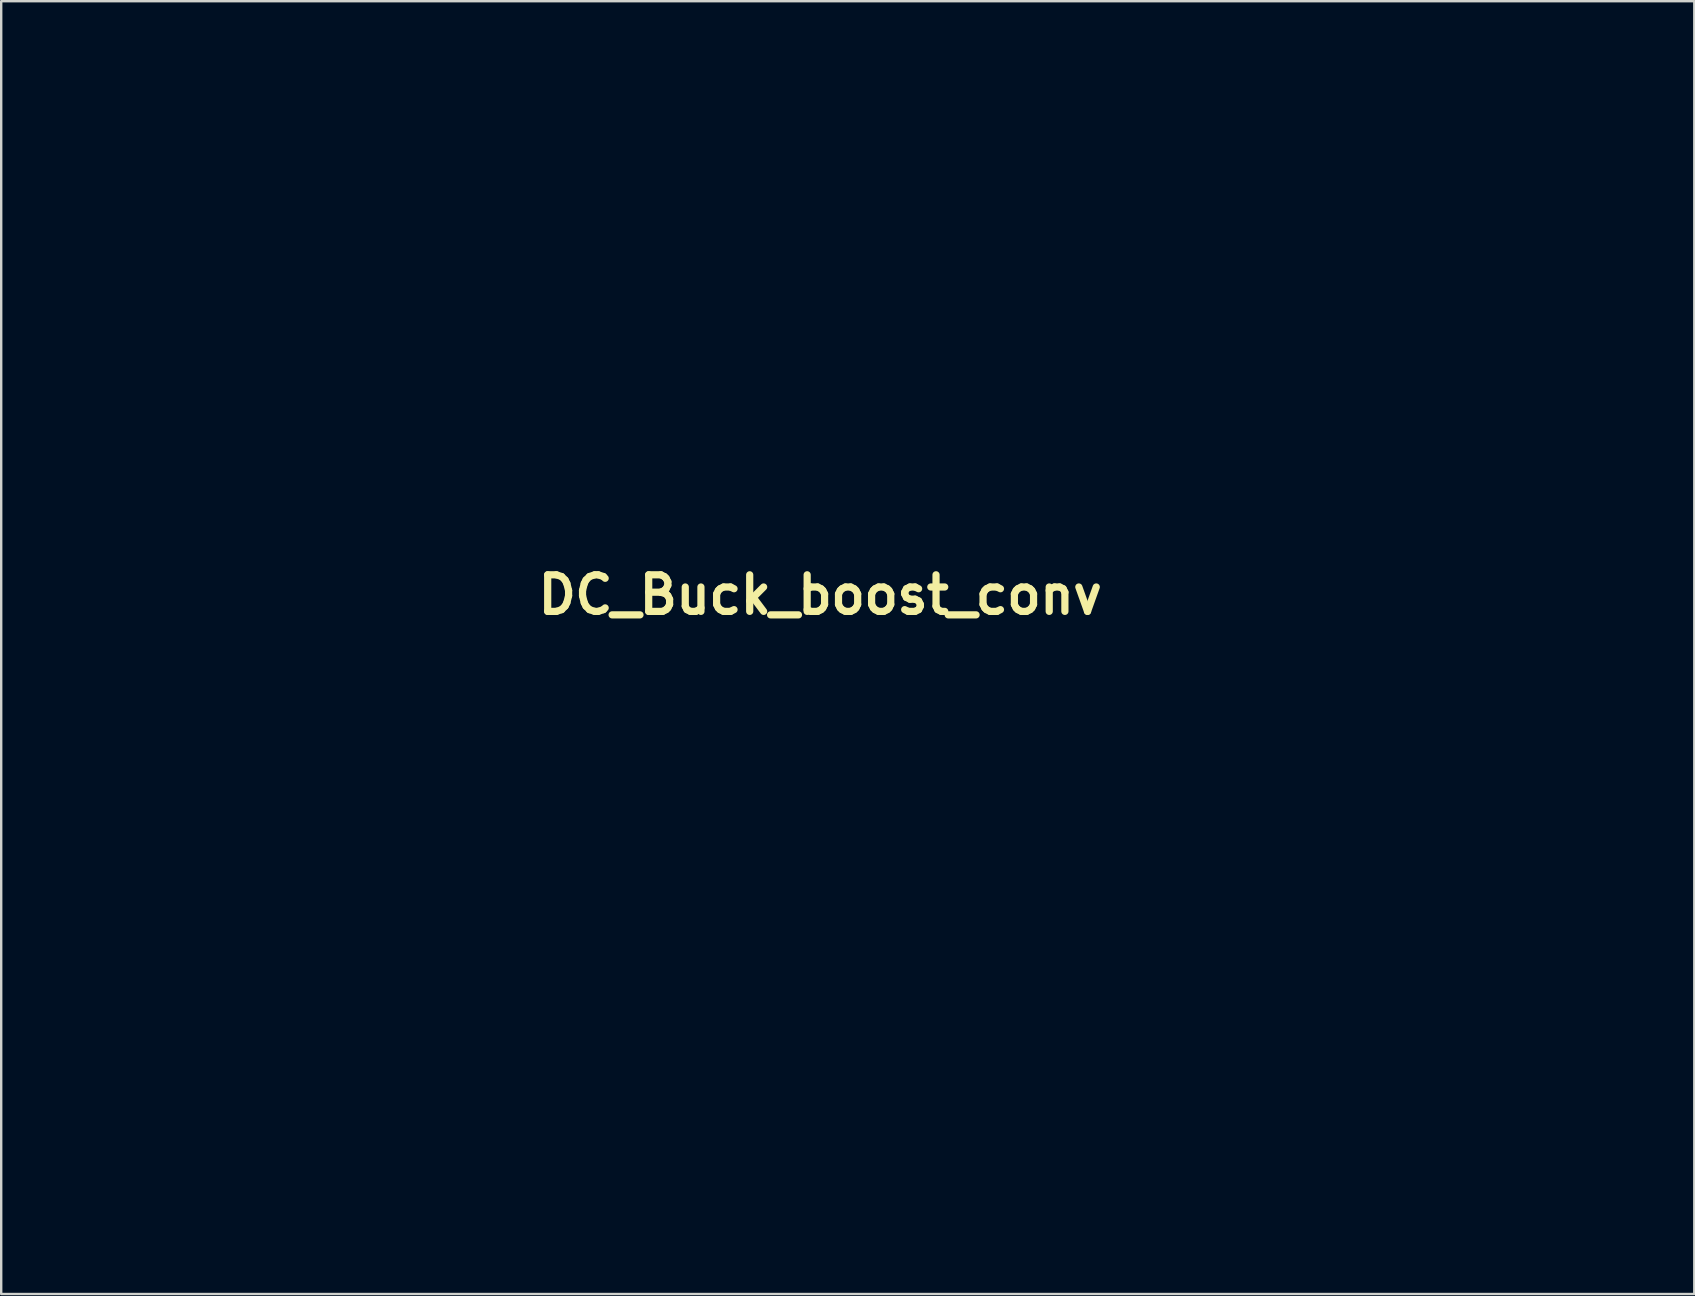
<source format=kicad_pcb>
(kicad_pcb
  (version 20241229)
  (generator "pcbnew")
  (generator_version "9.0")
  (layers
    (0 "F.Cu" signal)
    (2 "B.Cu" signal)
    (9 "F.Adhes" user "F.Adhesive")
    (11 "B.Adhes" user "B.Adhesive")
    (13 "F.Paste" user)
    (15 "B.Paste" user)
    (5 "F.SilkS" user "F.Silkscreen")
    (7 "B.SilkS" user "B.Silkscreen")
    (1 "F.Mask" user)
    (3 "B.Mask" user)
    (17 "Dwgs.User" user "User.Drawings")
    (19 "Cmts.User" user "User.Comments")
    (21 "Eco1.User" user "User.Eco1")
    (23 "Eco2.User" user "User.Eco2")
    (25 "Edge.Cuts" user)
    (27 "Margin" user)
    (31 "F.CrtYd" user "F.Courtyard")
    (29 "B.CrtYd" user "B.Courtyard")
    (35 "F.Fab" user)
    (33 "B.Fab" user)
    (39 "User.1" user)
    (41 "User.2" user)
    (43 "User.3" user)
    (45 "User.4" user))
  (footprint "DC_Buck_boost_conv"
    (layer "F.Cu")
    (at 31.132 21.739)
    (property "Reference" "DC_Buck_boost_conv" (at 0 0 0) (layer "F.SilkS") (effects (font (size 1.524 1.524) (thickness 0.3))))
    (attr through_hole)
    (fp_poly (pts (xy 1.512 17.708) (xy 1.259 18.068) (xy 0.915 18.455) (xy 0.73 18.592) (xy 0.776 18.428) (xy 1.03 18.068) (xy 1.374 17.681) (xy 1.558 17.544) (xy 1.512 17.708)) (stroke (width 0.01) (type solid)) (fill no) (layer "Eco2.User"))
    (fp_poly (pts (xy -15.91 -10.824) (xy -16.295 -10.343) (xy -16.901 -9.619) (xy -17.676 -8.713) (xy -18.192 -8.118) (xy -19.06 -7.129) (xy -19.813 -6.287) (xy -20.393 -5.654) (xy -20.742 -5.295) (xy -20.816 -5.237) (xy -20.703 -5.411) (xy -20.318 -5.892) (xy -19.712 -6.616) (xy -18.937 -7.522) (xy -18.421 -8.118) (xy -17.553 -9.106) (xy -16.8 -9.948) (xy -16.22 -10.581) (xy -15.87 -10.94) (xy -15.797 -10.998) (xy -15.91 -10.824)) (stroke (width 0.01) (type solid)) (fill no) (layer "Eco2.User"))
    (fp_poly (pts (xy 33.409 -15.973) (xy 33.403 -13.997) (xy 33.383 -12.493) (xy 33.348 -11.413) (xy 33.293 -10.706) (xy 33.218 -10.321) (xy 33.123 -10.208) (xy 32.958 -10.15) (xy 33.129 -9.992) (xy 33.246 -9.769) (xy 33.323 -9.258) (xy 33.365 -8.397) (xy 33.373 -7.126) (xy 33.358 -5.741) (xy 33.295 -1.702) (xy 30.777 -1.557) (xy 28.26 -1.413) (xy 33.409 -1.309) (xy 33.409 12.045) (xy 29.89 12.045) (xy 28.525 12.052) (xy 27.545 12.077) (xy 26.878 12.13) (xy 26.453 12.218) (xy 26.196 12.351) (xy 26.057 12.504) (xy 25.86 12.813) (xy 25.972 12.755) (xy 26.117 12.627) (xy 26.425 12.487) (xy 27.01 12.397) (xy 27.924 12.354) (xy 29.221 12.354) (xy 29.893 12.366) (xy 33.295 12.438) (xy 33.295 18.461) (xy 29.893 18.533) (xy 28.42 18.55) (xy 27.351 18.525) (xy 26.634 18.455) (xy 26.216 18.337) (xy 26.117 18.272) (xy 25.87 18.068) (xy 25.934 18.212) (xy 26.066 18.408) (xy 26.231 18.588) (xy 26.485 18.712) (xy 26.902 18.788) (xy 27.555 18.823) (xy 28.516 18.825) (xy 29.86 18.802) (xy 29.905 18.801) (xy 33.422 18.723) (xy 33.358 22.389) (xy 33.295 26.055) (xy 1.24 26.121) (xy -2.554 26.128) (xy -6.222 26.132) (xy -9.738 26.133) (xy -13.077 26.132) (xy -16.212 26.129) (xy -19.117 26.123) (xy -21.767 26.115) (xy -24.134 26.105) (xy -26.193 26.093) (xy -27.918 26.079) (xy -29.283 26.064) (xy -30.262 26.046) (xy -30.829 26.027) (xy -30.967 26.012) (xy -31.015 25.709) (xy -31.024 25.531) (xy -30.663 25.531) (xy -30.549 25.662) (xy -30.434 25.531) (xy -30.472 25.487) (xy -29.9 25.487) (xy -29.869 25.643) (xy -29.748 25.662) (xy -29.559 25.566) (xy -29.575 25.531) (xy -29.061 25.531) (xy -28.947 25.662) (xy -28.832 25.531) (xy -28.871 25.487) (xy -28.298 25.487) (xy -28.267 25.643) (xy -28.146 25.662) (xy -27.958 25.566) (xy -27.993 25.487) (xy 30.282 25.487) (xy 30.313 25.643) (xy 30.434 25.662) (xy 31.121 25.662) (xy 31.204 25.877) (xy 31.273 25.836) (xy 31.298 25.56) (xy 31.886 25.56) (xy 31.922 25.662) (xy 32.127 25.912) (xy 32.164 25.924) (xy 32.262 25.721) (xy 32.265 25.662) (xy 32.723 25.662) (xy 32.806 25.877) (xy 32.875 25.836) (xy 32.902 25.526) (xy 32.875 25.487) (xy 32.739 25.523) (xy 32.723 25.662) (xy 32.265 25.662) (xy 32.089 25.41) (xy 32.023 25.4) (xy 31.886 25.56) (xy 31.298 25.56) (xy 31.301 25.526) (xy 31.273 25.487) (xy 31.137 25.523) (xy 31.121 25.662) (xy 30.434 25.662) (xy 30.623 25.566) (xy 30.587 25.487) (xy 30.315 25.456) (xy 30.282 25.487) (xy -27.993 25.487) (xy -28.265 25.456) (xy -28.298 25.487) (xy -28.871 25.487) (xy -28.947 25.4) (xy -29.061 25.531) (xy -29.575 25.531) (xy -29.595 25.487) (xy -29.867 25.456) (xy -29.9 25.487) (xy -30.472 25.487) (xy -30.549 25.4) (xy -30.663 25.531) (xy -31.024 25.531) (xy -31.053 24.964) (xy -31.063 24.614) (xy -30.663 24.614) (xy -30.579 24.83) (xy -30.511 24.789) (xy -30.495 24.614) (xy -29.748 24.614) (xy -29.664 24.83) (xy -29.595 24.789) (xy -29.588 24.702) (xy -7.933 24.702) (xy -7.901 24.857) (xy -7.78 24.876) (xy -7.592 24.78) (xy -7.608 24.745) (xy -4.577 24.745) (xy -4.462 24.876) (xy -4.348 24.745) (xy 8.924 24.745) (xy 9.039 24.876) (xy 9.153 24.745) (xy 12.128 24.745) (xy 12.242 24.876) (xy 12.357 24.745) (xy 17.849 24.745) (xy 17.963 24.876) (xy 18.077 24.745) (xy 21.052 24.745) (xy 21.167 24.876) (xy 21.281 24.745) (xy 21.243 24.702) (xy 31.883 24.702) (xy 31.915 24.857) (xy 32.036 24.876) (xy 32.224 24.78) (xy 32.208 24.745) (xy 32.723 24.745) (xy 32.837 24.876) (xy 32.951 24.745) (xy 32.837 24.614) (xy 32.723 24.745) (xy 32.208 24.745) (xy 32.189 24.702) (xy 31.917 24.67) (xy 31.883 24.702) (xy 21.243 24.702) (xy 21.167 24.614) (xy 21.052 24.745) (xy 18.077 24.745) (xy 17.963 24.614) (xy 17.849 24.745) (xy 12.357 24.745) (xy 12.242 24.614) (xy 12.128 24.745) (xy 9.153 24.745) (xy 9.039 24.614) (xy 8.924 24.745) (xy -4.348 24.745) (xy -4.462 24.614) (xy -4.577 24.745) (xy -7.608 24.745) (xy -7.628 24.702) (xy -7.899 24.67) (xy -7.933 24.702) (xy -29.588 24.702) (xy -29.568 24.478) (xy -29.595 24.44) (xy -29.731 24.476) (xy -29.748 24.614) (xy -30.495 24.614) (xy -30.483 24.478) (xy -30.511 24.44) (xy -30.647 24.476) (xy -30.663 24.614) (xy -31.063 24.614) (xy -31.084 23.846) (xy -31.086 23.698) (xy -30.663 23.698) (xy -30.549 23.829) (xy -30.434 23.698) (xy -30.549 23.567) (xy -30.663 23.698) (xy -31.086 23.698) (xy -31.1 22.781) (xy -30.663 22.781) (xy -30.579 22.997) (xy -30.511 22.956) (xy -30.501 22.85) (xy -29.611 22.85) (xy -29.592 23.564) (xy -29.432 23.949) (xy -28.924 24.451) (xy -28.272 24.627) (xy -27.663 24.443) (xy -27.505 24.3) (xy -27.473 24.222) (xy -8.467 24.222) (xy -8.352 24.353) (xy -8.238 24.222) (xy -8.276 24.178) (xy -4.043 24.178) (xy -4.011 24.334) (xy -3.89 24.353) (xy -3.702 24.257) (xy -3.718 24.222) (xy 8.238 24.222) (xy 8.352 24.353) (xy 8.467 24.222) (xy 12.814 24.222) (xy 12.929 24.353) (xy 13.043 24.222) (xy 17.162 24.222) (xy 17.277 24.353) (xy 17.391 24.222) (xy 21.739 24.222) (xy 21.853 24.353) (xy 21.968 24.222) (xy 21.853 24.091) (xy 21.739 24.222) (xy 17.391 24.222) (xy 17.277 24.091) (xy 17.162 24.222) (xy 13.043 24.222) (xy 12.929 24.091) (xy 12.814 24.222) (xy 8.467 24.222) (xy 8.352 24.091) (xy 8.238 24.222) (xy -3.718 24.222) (xy -3.738 24.178) (xy -4.009 24.147) (xy -4.043 24.178) (xy -8.276 24.178) (xy -8.352 24.091) (xy -8.467 24.222) (xy -27.473 24.222) (xy -27.259 23.693) (xy -27.261 23.654) (xy -7.933 23.654) (xy -7.901 23.81) (xy -7.78 23.829) (xy -4.577 23.829) (xy -4.493 24.044) (xy -4.424 24.003) (xy -4.409 23.829) (xy 8.924 23.829) (xy 9.008 24.044) (xy 9.077 24.003) (xy 9.092 23.829) (xy 12.128 23.829) (xy 12.212 24.044) (xy 12.28 24.003) (xy 12.296 23.829) (xy 17.849 23.829) (xy 17.932 24.044) (xy 18.001 24.003) (xy 18.017 23.829) (xy 21.052 23.829) (xy 21.136 24.044) (xy 21.205 24.003) (xy 21.22 23.829) (xy 32.723 23.829) (xy 32.806 24.044) (xy 32.875 24.003) (xy 32.902 23.693) (xy 32.875 23.654) (xy 32.739 23.69) (xy 32.723 23.829) (xy 21.22 23.829) (xy 21.232 23.693) (xy 21.205 23.654) (xy 21.069 23.69) (xy 21.052 23.829) (xy 18.017 23.829) (xy 18.029 23.693) (xy 18.001 23.654) (xy 17.865 23.69) (xy 17.849 23.829) (xy 12.296 23.829) (xy 12.308 23.693) (xy 12.28 23.654) (xy 12.144 23.69) (xy 12.128 23.829) (xy 9.092 23.829) (xy 9.104 23.693) (xy 9.077 23.654) (xy 8.941 23.69) (xy 8.924 23.829) (xy -4.409 23.829) (xy -4.397 23.693) (xy -4.424 23.654) (xy -4.56 23.69) (xy -4.577 23.829) (xy -7.78 23.829) (xy -7.592 23.733) (xy -7.628 23.654) (xy -7.899 23.623) (xy -7.933 23.654) (xy -27.261 23.654) (xy -27.276 23.305) (xy -8.467 23.305) (xy -8.383 23.521) (xy -8.314 23.48) (xy -8.299 23.305) (xy -3.89 23.305) (xy -3.806 23.521) (xy -3.738 23.48) (xy -3.722 23.305) (xy 8.238 23.305) (xy 8.322 23.521) (xy 8.39 23.48) (xy 8.406 23.305) (xy 12.814 23.305) (xy 12.898 23.521) (xy 12.967 23.48) (xy 12.982 23.305) (xy 17.162 23.305) (xy 17.246 23.521) (xy 17.315 23.48) (xy 17.33 23.305) (xy 21.739 23.305) (xy 21.822 23.521) (xy 21.891 23.48) (xy 21.919 23.169) (xy 21.891 23.131) (xy 21.755 23.167) (xy 21.739 23.305) (xy 17.33 23.305) (xy 17.342 23.169) (xy 17.315 23.131) (xy 17.179 23.167) (xy 17.162 23.305) (xy 12.982 23.305) (xy 12.994 23.169) (xy 12.967 23.131) (xy 12.831 23.167) (xy 12.814 23.305) (xy 8.406 23.305) (xy 8.418 23.169) (xy 8.39 23.131) (xy 8.254 23.167) (xy 8.238 23.305) (xy -3.722 23.305) (xy -3.71 23.169) (xy -3.738 23.131) (xy -3.874 23.167) (xy -3.89 23.305) (xy -8.299 23.305) (xy -8.287 23.169) (xy -8.314 23.131) (xy -8.45 23.167) (xy -8.467 23.305) (xy -27.276 23.305) (xy -27.292 22.929) (xy -27.318 22.869) (xy -7.933 22.869) (xy -7.901 23.024) (xy -7.78 23.043) (xy -7.592 22.947) (xy -7.608 22.912) (xy -4.577 22.912) (xy -4.462 23.043) (xy -4.348 22.912) (xy 8.924 22.912) (xy 9.039 23.043) (xy 9.153 22.912) (xy 12.128 22.912) (xy 12.242 23.043) (xy 12.357 22.912) (xy 17.849 22.912) (xy 17.963 23.043) (xy 18.077 22.912) (xy 21.052 22.912) (xy 21.167 23.043) (xy 21.281 22.912) (xy 32.723 22.912) (xy 32.837 23.043) (xy 32.951 22.912) (xy 32.837 22.781) (xy 32.723 22.912) (xy 21.281 22.912) (xy 21.167 22.781) (xy 21.052 22.912) (xy 18.077 22.912) (xy 17.963 22.781) (xy 17.849 22.912) (xy 12.357 22.912) (xy 12.242 22.781) (xy 12.128 22.912) (xy 9.153 22.912) (xy 9.039 22.781) (xy 8.924 22.912) (xy -4.348 22.912) (xy -4.462 22.781) (xy -4.577 22.912) (xy -7.608 22.912) (xy -7.628 22.869) (xy -7.899 22.837) (xy -7.933 22.869) (xy -27.318 22.869) (xy -27.524 22.389) (xy -8.467 22.389) (xy -8.352 22.52) (xy -8.238 22.389) (xy -8.276 22.345) (xy -4.043 22.345) (xy -4.011 22.501) (xy -3.89 22.52) (xy -3.702 22.424) (xy -3.718 22.389) (xy 8.238 22.389) (xy 8.352 22.52) (xy 8.467 22.389) (xy 12.814 22.389) (xy 12.929 22.52) (xy 13.043 22.389) (xy 17.162 22.389) (xy 17.277 22.52) (xy 17.391 22.389) (xy 21.739 22.389) (xy 21.853 22.52) (xy 21.968 22.389) (xy 21.853 22.258) (xy 21.739 22.389) (xy 17.391 22.389) (xy 17.277 22.258) (xy 17.162 22.389) (xy 13.043 22.389) (xy 12.929 22.258) (xy 12.814 22.389) (xy 8.467 22.389) (xy 8.352 22.258) (xy 8.238 22.389) (xy -3.718 22.389) (xy -3.738 22.345) (xy -4.009 22.314) (xy -4.043 22.345) (xy -8.276 22.345) (xy -8.352 22.258) (xy -8.467 22.389) (xy -27.524 22.389) (xy -27.585 22.248) (xy -27.679 22.136) (xy -28.223 21.821) (xy -7.933 21.821) (xy -7.901 21.977) (xy -7.78 21.996) (xy -7.592 21.9) (xy -7.608 21.865) (xy -4.577 21.865) (xy -4.462 21.996) (xy 8.924 21.996) (xy 9.008 22.211) (xy 9.077 22.17) (xy 9.104 21.865) (xy 12.128 21.865) (xy 12.242 21.996) (xy 17.849 21.996) (xy 17.932 22.211) (xy 18.001 22.17) (xy 18.017 21.996) (xy 21.052 21.996) (xy 21.136 22.211) (xy 21.205 22.17) (xy 21.232 21.86) (xy 21.205 21.821) (xy 21.069 21.857) (xy 21.052 21.996) (xy 18.017 21.996) (xy 18.029 21.86) (xy 18.001 21.821) (xy 17.865 21.857) (xy 17.849 21.996) (xy 12.242 21.996) (xy 12.357 21.865) (xy 12.242 21.734) (xy 12.128 21.865) (xy 9.104 21.865) (xy 9.104 21.86) (xy 9.077 21.821) (xy 8.941 21.857) (xy 8.924 21.996) (xy -4.462 21.996) (xy -4.348 21.865) (xy -4.462 21.734) (xy -4.577 21.865) (xy -7.608 21.865) (xy -7.628 21.821) (xy -7.899 21.79) (xy -7.933 21.821) (xy -28.223 21.821) (xy -28.27 21.794) (xy -28.854 21.865) (xy -29.333 22.25) (xy -29.611 22.85) (xy -30.501 22.85) (xy -30.483 22.645) (xy -30.511 22.607) (xy -30.647 22.643) (xy -30.663 22.781) (xy -31.1 22.781) (xy -31.106 22.423) (xy -31.114 21.472) (xy -8.467 21.472) (xy -8.383 21.688) (xy -8.314 21.647) (xy -8.299 21.472) (xy -3.89 21.472) (xy -3.806 21.688) (xy -3.738 21.647) (xy -3.722 21.472) (xy 8.238 21.472) (xy 8.322 21.688) (xy 8.39 21.647) (xy 8.406 21.472) (xy 12.814 21.472) (xy 12.898 21.688) (xy 12.967 21.647) (xy 12.982 21.472) (xy 17.162 21.472) (xy 17.246 21.688) (xy 17.315 21.647) (xy 17.33 21.472) (xy 21.739 21.472) (xy 21.822 21.688) (xy 21.891 21.647) (xy 21.919 21.336) (xy 21.891 21.298) (xy 21.755 21.334) (xy 21.739 21.472) (xy 17.33 21.472) (xy 17.342 21.336) (xy 17.315 21.298) (xy 17.179 21.334) (xy 17.162 21.472) (xy 12.982 21.472) (xy 12.994 21.336) (xy 12.967 21.298) (xy 12.831 21.334) (xy 12.814 21.472) (xy 8.406 21.472) (xy 8.418 21.336) (xy 8.39 21.298) (xy 8.254 21.334) (xy 8.238 21.472) (xy -3.722 21.472) (xy -3.71 21.336) (xy -3.738 21.298) (xy -3.874 21.334) (xy -3.89 21.472) (xy -8.299 21.472) (xy -8.287 21.336) (xy -8.314 21.298) (xy -8.45 21.334) (xy -8.467 21.472) (xy -31.114 21.472) (xy -31.118 21.036) (xy -7.933 21.036) (xy -7.901 21.191) (xy -7.78 21.21) (xy -7.592 21.114) (xy -7.628 21.036) (xy -7.899 21.004) (xy -7.933 21.036) (xy -31.118 21.036) (xy -31.119 20.948) (xy -4.577 20.948) (xy -4.493 21.164) (xy -4.424 21.123) (xy -4.409 20.948) (xy 8.924 20.948) (xy 9.008 21.164) (xy 9.077 21.123) (xy 9.092 20.948) (xy 12.128 20.948) (xy 12.212 21.164) (xy 12.28 21.123) (xy 12.296 20.948) (xy 17.849 20.948) (xy 17.932 21.164) (xy 18.001 21.123) (xy 18.017 20.948) (xy 21.052 20.948) (xy 21.136 21.164) (xy 21.205 21.123) (xy 21.232 20.812) (xy 21.205 20.774) (xy 21.069 20.81) (xy 21.052 20.948) (xy 18.017 20.948) (xy 18.029 20.812) (xy 18.001 20.774) (xy 17.865 20.81) (xy 17.849 20.948) (xy 12.296 20.948) (xy 12.308 20.812) (xy 12.28 20.774) (xy 12.144 20.81) (xy 12.128 20.948) (xy 9.092 20.948) (xy 9.104 20.812) (xy 9.077 20.774) (xy 8.941 20.81) (xy 8.924 20.948) (xy -4.409 20.948) (xy -4.397 20.812) (xy -4.424 20.774) (xy -4.56 20.81) (xy -4.577 20.948) (xy -31.119 20.948) (xy -31.12 20.766) (xy -31.121 20.556) (xy -8.467 20.556) (xy -8.352 20.687) (xy -8.238 20.556) (xy -8.276 20.512) (xy -4.043 20.512) (xy -4.011 20.668) (xy -3.89 20.687) (xy -3.702 20.591) (xy -3.718 20.556) (xy 8.238 20.556) (xy 8.352 20.687) (xy 8.467 20.556) (xy 12.814 20.556) (xy 12.929 20.687) (xy 13.043 20.556) (xy 17.162 20.556) (xy 17.277 20.687) (xy 17.391 20.556) (xy 21.739 20.556) (xy 21.853 20.687) (xy 21.968 20.556) (xy 21.853 20.425) (xy 21.739 20.556) (xy 17.391 20.556) (xy 17.277 20.425) (xy 17.162 20.556) (xy 13.043 20.556) (xy 12.929 20.425) (xy 12.814 20.556) (xy 8.467 20.556) (xy 8.352 20.425) (xy 8.238 20.556) (xy -3.718 20.556) (xy -3.738 20.512) (xy -4.009 20.481) (xy -4.043 20.512) (xy -8.276 20.512) (xy -8.352 20.425) (xy -8.467 20.556) (xy -31.121 20.556) (xy -31.123 20.032) (xy 8.924 20.032) (xy 9.039 20.163) (xy 9.153 20.032) (xy 12.128 20.032) (xy 12.242 20.163) (xy 12.357 20.032) (xy 17.849 20.032) (xy 17.963 20.163) (xy 18.077 20.032) (xy 21.052 20.032) (xy 21.167 20.163) (xy 21.281 20.032) (xy 21.167 19.901) (xy 21.052 20.032) (xy 18.077 20.032) (xy 17.963 19.901) (xy 17.849 20.032) (xy 12.357 20.032) (xy 12.242 19.901) (xy 12.128 20.032) (xy 9.153 20.032) (xy 9.039 19.901) (xy 8.924 20.032) (xy -31.123 20.032) (xy -31.127 18.942) (xy -31.126 17.021) (xy -31.119 15.071) (xy -31.105 13.162) (xy -31.084 11.362) (xy -31.057 9.74) (xy -31.024 8.366) (xy -30.986 7.307) (xy -30.942 6.634) (xy -30.892 6.415) (xy -30.892 6.415) (xy -30.772 6.744) (xy -30.689 7.436) (xy -30.663 8.201) (xy -30.663 9.825) (xy -26.258 14.797) (xy -21.853 19.77) (xy 0.572 19.77) (xy 1.659 18.603) (xy 2.214 17.996) (xy 2.379 17.806) (xy 26.544 17.806) (xy 26.628 18.022) (xy 26.697 17.981) (xy 26.712 17.806) (xy 27.688 17.806) (xy 27.772 18.022) (xy 27.841 17.981) (xy 27.868 17.67) (xy 27.841 17.632) (xy 27.705 17.668) (xy 27.688 17.806) (xy 26.712 17.806) (xy 26.724 17.67) (xy 26.697 17.632) (xy 26.561 17.668) (xy 26.544 17.806) (xy 2.379 17.806) (xy 2.605 17.547) (xy 2.738 17.37) (xy 27.078 17.37) (xy 27.109 17.525) (xy 27.231 17.544) (xy 27.419 17.449) (xy 27.383 17.37) (xy 27.112 17.338) (xy 27.078 17.37) (xy 2.738 17.37) (xy 2.746 17.359) (xy 2.694 17.297) (xy 2.5 17.461) (xy 2.105 17.908) (xy 1.592 18.526) (xy 0.572 19.77) (xy -21.853 19.77) (xy -30.457 9.788) (xy -30.376 7.971) (xy -30.295 6.154) (xy -30.25 7.858) (xy -30.205 9.563) (xy -25.915 14.405) (xy -21.624 19.246) (xy -21.823 19.016) (xy 0.524 19.016) (xy 0.602 19.054) (xy 0.853 18.805) (xy 1.336 18.243) (xy 1.761 17.673) (xy 1.819 17.399) (xy 1.725 17.37) (xy 1.282 17.578) (xy 0.837 18.069) (xy 0.564 18.642) (xy 0.547 18.735) (xy 0.524 19.016) (xy -21.823 19.016) (xy -25.8 14.399) (xy -29.977 9.553) (xy -29.977 9.258) (xy -29.776 9.258) (xy -25.588 14.056) (xy -21.4 18.854) (xy 0.343 18.728) (xy -10.526 18.657) (xy -21.395 18.587) (xy -22.078 17.806) (xy -15.789 17.806) (xy -15.705 18.022) (xy -15.637 17.981) (xy -15.609 17.67) (xy -15.637 17.632) (xy -15.773 17.668) (xy -15.789 17.806) (xy -22.078 17.806) (xy -22.46 17.37) (xy -15.255 17.37) (xy -15.224 17.525) (xy -15.103 17.544) (xy -14.914 17.449) (xy -14.95 17.37) (xy -15.222 17.338) (xy -15.255 17.37) (xy -22.46 17.37) (xy -22.651 17.152) (xy 26.544 17.152) (xy 26.659 17.282) (xy 26.773 17.152) (xy 27.688 17.152) (xy 27.803 17.282) (xy 27.917 17.152) (xy 27.803 17.021) (xy 27.688 17.152) (xy 26.773 17.152) (xy 26.659 17.021) (xy 26.544 17.152) (xy -22.651 17.152) (xy -22.88 16.89) (xy -15.789 16.89) (xy -15.675 17.021) (xy -15.56 16.89) (xy 1.602 16.89) (xy 1.716 17.021) (xy 1.831 16.89) (xy 1.716 16.759) (xy 1.602 16.89) (xy -15.56 16.89) (xy -15.675 16.759) (xy -15.789 16.89) (xy -22.88 16.89) (xy -23.224 16.497) (xy -15.103 16.497) (xy -15.019 16.712) (xy -14.95 16.671) (xy -14.923 16.361) (xy -14.95 16.322) (xy -15.086 16.358) (xy -15.103 16.497) (xy -23.224 16.497) (xy -23.682 15.973) (xy -15.789 15.973) (xy -15.705 16.189) (xy -15.637 16.148) (xy -15.609 15.837) (xy -15.637 15.799) (xy -15.773 15.835) (xy -15.789 15.973) (xy -23.682 15.973) (xy -24.025 15.58) (xy -15.103 15.58) (xy -14.988 15.711) (xy -14.975 15.696) (xy 1.373 15.696) (xy 1.478 16.197) (xy 1.602 16.366) (xy 1.801 16.311) (xy 1.831 16.143) (xy 2.011 15.849) (xy 2.231 15.827) (xy 2.536 16.074) (xy 2.562 16.524) (xy 2.534 16.91) (xy 2.614 16.873) (xy 2.847 16.404) (xy 3.056 15.823) (xy 3.079 15.449) (xy 25.711 15.449) (xy 25.719 16.359) (xy 25.739 16.879) (xy 25.769 16.961) (xy 25.79 16.759) (xy 27.002 16.759) (xy 27.086 16.974) (xy 27.154 16.933) (xy 27.174 16.71) (xy 28.685 16.71) (xy 28.733 17.247) (xy 28.826 17.404) (xy 29.291 17.723) (xy 29.613 17.753) (xy 29.97 17.553) (xy 30.089 17.023) (xy 30.091 16.89) (xy 30.071 16.71) (xy 31.202 16.71) (xy 31.25 17.247) (xy 31.343 17.404) (xy 31.808 17.723) (xy 32.13 17.753) (xy 32.487 17.553) (xy 32.606 17.023) (xy 32.608 16.89) (xy 32.545 16.326) (xy 32.283 16.121) (xy 32.061 16.104) (xy 31.499 16.28) (xy 31.202 16.71) (xy 30.071 16.71) (xy 30.028 16.326) (xy 29.766 16.121) (xy 29.544 16.104) (xy 28.982 16.28) (xy 28.685 16.71) (xy 27.174 16.71) (xy 27.182 16.623) (xy 27.154 16.584) (xy 27.018 16.62) (xy 27.002 16.759) (xy 25.79 16.759) (xy 25.797 16.693) (xy 25.807 16.366) (xy 26.544 16.366) (xy 26.659 16.497) (xy 26.773 16.366) (xy 27.688 16.366) (xy 27.803 16.497) (xy 27.917 16.366) (xy 27.803 16.235) (xy 27.688 16.366) (xy 26.773 16.366) (xy 26.659 16.235) (xy 26.544 16.366) (xy 25.807 16.366) (xy 25.82 15.973) (xy 27.002 15.973) (xy 27.086 16.189) (xy 27.154 16.148) (xy 27.182 15.837) (xy 27.154 15.799) (xy 27.018 15.835) (xy 27.002 15.973) (xy 25.82 15.973) (xy 25.832 15.595) (xy 25.832 15.58) (xy 26.544 15.58) (xy 26.659 15.711) (xy 26.773 15.58) (xy 27.688 15.58) (xy 27.803 15.711) (xy 27.917 15.58) (xy 27.803 15.449) (xy 27.688 15.58) (xy 26.773 15.58) (xy 26.659 15.449) (xy 26.544 15.58) (xy 25.832 15.58) (xy 25.826 15.275) (xy 27.078 15.275) (xy 27.109 15.431) (xy 27.231 15.449) (xy 27.419 15.354) (xy 27.383 15.275) (xy 27.112 15.244) (xy 27.078 15.275) (xy 25.826 15.275) (xy 25.82 14.926) (xy 26.544 14.926) (xy 26.628 15.141) (xy 26.697 15.1) (xy 26.712 14.926) (xy 27.688 14.926) (xy 27.772 15.141) (xy 27.841 15.1) (xy 27.868 14.79) (xy 27.841 14.751) (xy 27.705 14.787) (xy 27.688 14.926) (xy 26.712 14.926) (xy 26.724 14.79) (xy 26.697 14.751) (xy 26.561 14.787) (xy 26.544 14.926) (xy 25.82 14.926) (xy 25.812 14.489) (xy 27.078 14.489) (xy 27.109 14.645) (xy 27.231 14.664) (xy 27.419 14.568) (xy 27.383 14.489) (xy 27.112 14.458) (xy 27.078 14.489) (xy 25.812 14.489) (xy 25.811 14.441) (xy 25.797 14.206) (xy 25.789 14.14) (xy 26.544 14.14) (xy 26.628 14.356) (xy 26.697 14.315) (xy 26.712 14.14) (xy 27.688 14.14) (xy 27.772 14.356) (xy 27.841 14.315) (xy 27.868 14.004) (xy 27.841 13.966) (xy 27.705 14.002) (xy 27.688 14.14) (xy 26.712 14.14) (xy 26.724 14.004) (xy 26.697 13.966) (xy 26.561 14.002) (xy 26.544 14.14) (xy 25.789 14.14) (xy 25.762 13.916) (xy 25.734 14.101) (xy 25.716 14.713) (xy 25.711 15.449) (xy 3.079 15.449) (xy 3.08 15.434) (xy 3.074 15.422) (xy 2.781 15.264) (xy 2.233 15.189) (xy 2.16 15.188) (xy 1.612 15.25) (xy 1.394 15.489) (xy 1.373 15.696) (xy -14.975 15.696) (xy -14.874 15.58) (xy -14.988 15.449) (xy -15.103 15.58) (xy -24.025 15.58) (xy -24.484 15.057) (xy -15.789 15.057) (xy -15.675 15.188) (xy -15.56 15.057) (xy -15.675 14.926) (xy -15.789 15.057) (xy -24.484 15.057) (xy -24.942 14.533) (xy -15.103 14.533) (xy -14.988 14.664) (xy -14.874 14.533) (xy -14.988 14.402) (xy -15.103 14.533) (xy -24.942 14.533) (xy -25.285 14.14) (xy -15.789 14.14) (xy -15.705 14.356) (xy -15.637 14.315) (xy -15.609 14.004) (xy -15.637 13.966) (xy -15.773 14.002) (xy -15.789 14.14) (xy -25.285 14.14) (xy -25.457 13.944) (xy -25.629 13.747) (xy -15.103 13.747) (xy -14.988 13.878) (xy -14.874 13.747) (xy -14.912 13.704) (xy 27.078 13.704) (xy 27.109 13.859) (xy 27.231 13.878) (xy 27.326 13.83) (xy 28.685 13.83) (xy 28.733 14.367) (xy 28.826 14.524) (xy 29.291 14.842) (xy 29.613 14.873) (xy 29.97 14.673) (xy 30.089 14.143) (xy 30.091 14.009) (xy 30.071 13.83) (xy 31.202 13.83) (xy 31.25 14.367) (xy 31.343 14.524) (xy 31.808 14.842) (xy 32.13 14.873) (xy 32.487 14.673) (xy 32.606 14.143) (xy 32.608 14.009) (xy 32.545 13.446) (xy 32.283 13.241) (xy 32.061 13.224) (xy 31.499 13.4) (xy 31.202 13.83) (xy 30.071 13.83) (xy 30.028 13.446) (xy 29.766 13.241) (xy 29.544 13.224) (xy 28.982 13.4) (xy 28.685 13.83) (xy 27.326 13.83) (xy 27.419 13.783) (xy 27.383 13.704) (xy 27.112 13.672) (xy 27.078 13.704) (xy -14.912 13.704) (xy -14.988 13.616) (xy -15.103 13.747) (xy -25.629 13.747) (xy -26.087 13.224) (xy -15.789 13.224) (xy -15.675 13.355) (xy 26.544 13.355) (xy 26.628 13.57) (xy 26.697 13.529) (xy 26.712 13.355) (xy 27.688 13.355) (xy 27.772 13.57) (xy 27.841 13.529) (xy 27.868 13.218) (xy 27.841 13.18) (xy 27.705 13.216) (xy 27.688 13.355) (xy 26.712 13.355) (xy 26.724 13.218) (xy 26.697 13.18) (xy 26.561 13.216) (xy 26.544 13.355) (xy -15.675 13.355) (xy -15.56 13.224) (xy -15.675 13.093) (xy -15.789 13.224) (xy -26.087 13.224) (xy -26.355 12.918) (xy 27.078 12.918) (xy 27.109 13.074) (xy 27.231 13.093) (xy 27.419 12.997) (xy 27.383 12.918) (xy 27.112 12.887) (xy 27.078 12.918) (xy -26.355 12.918) (xy -26.584 12.656) (xy -24.637 12.656) (xy -24.606 12.812) (xy -24.485 12.831) (xy -24.296 12.735) (xy -24.332 12.656) (xy -15.255 12.656) (xy -15.224 12.812) (xy -15.103 12.831) (xy -14.914 12.735) (xy -14.95 12.656) (xy -15.222 12.625) (xy -15.255 12.656) (xy -24.332 12.656) (xy -24.604 12.625) (xy -24.637 12.656) (xy -26.584 12.656) (xy -26.889 12.307) (xy -15.789 12.307) (xy -15.705 12.523) (xy -15.637 12.482) (xy -15.609 12.171) (xy -15.637 12.133) (xy -15.773 12.169) (xy -15.789 12.307) (xy -26.889 12.307) (xy -27.118 12.045) (xy -24.714 12.045) (xy -24.63 12.261) (xy -24.561 12.22) (xy -24.546 12.045) (xy -24.027 12.045) (xy -23.943 12.261) (xy -23.874 12.22) (xy -23.847 11.909) (xy -23.874 11.871) (xy -24.011 11.907) (xy -24.027 12.045) (xy -24.546 12.045) (xy -24.534 11.909) (xy -24.561 11.871) (xy -24.697 11.907) (xy -24.714 12.045) (xy -27.118 12.045) (xy -27.347 11.784) (xy -22.425 11.784) (xy -22.341 11.999) (xy -22.273 11.958) (xy -22.245 11.647) (xy -22.273 11.609) (xy -21.891 11.609) (xy -21.86 11.765) (xy -21.739 11.784) (xy -21.55 11.688) (xy -21.586 11.609) (xy -21.205 11.609) (xy -21.173 11.765) (xy -21.052 11.784) (xy -15.103 11.784) (xy -15.019 11.999) (xy -14.95 11.958) (xy -14.923 11.647) (xy -14.95 11.609) (xy -15.086 11.645) (xy -15.103 11.784) (xy -21.052 11.784) (xy -20.864 11.688) (xy -20.9 11.609) (xy -21.171 11.578) (xy -21.205 11.609) (xy -21.586 11.609) (xy -21.858 11.578) (xy -21.891 11.609) (xy -22.273 11.609) (xy -22.409 11.645) (xy -22.425 11.784) (xy -27.347 11.784) (xy -27.805 11.26) (xy -24.714 11.26) (xy -24.63 11.475) (xy -24.561 11.434) (xy -24.546 11.26) (xy -24.027 11.26) (xy -23.943 11.475) (xy -23.874 11.434) (xy -23.871 11.391) (xy -15.789 11.391) (xy -15.675 11.522) (xy -15.56 11.391) (xy -15.675 11.26) (xy -15.789 11.391) (xy -23.871 11.391) (xy -23.847 11.124) (xy -23.874 11.085) (xy -24.011 11.121) (xy -24.027 11.26) (xy -24.546 11.26) (xy -24.534 11.124) (xy -24.561 11.085) (xy -24.697 11.121) (xy -24.714 11.26) (xy -27.805 11.26) (xy -28.187 10.823) (xy -22.807 10.823) (xy -22.775 10.979) (xy -22.654 10.998) (xy -22.196 10.998) (xy -22.113 11.213) (xy -22.044 11.173) (xy -22.028 10.998) (xy -21.51 10.998) (xy -21.426 11.213) (xy -21.357 11.173) (xy -21.342 10.998) (xy -20.823 10.998) (xy -20.74 11.213) (xy -20.671 11.173) (xy -20.667 11.124) (xy -9.638 11.124) (xy -9.339 11.16) (xy -8.588 11.191) (xy -7.508 11.213) (xy -6.359 11.216) (xy -5.383 11.193) (xy -4.667 11.148) (xy -4.298 11.084) (xy -4.268 11.063) (xy -4.433 10.987) (xy -4.962 10.939) (xy -5.765 10.925) (xy -6.371 10.936) (xy -7.852 10.989) (xy -8.892 11.038) (xy -9.488 11.083) (xy -9.638 11.124) (xy -20.667 11.124) (xy -20.643 10.862) (xy -20.671 10.823) (xy -15.255 10.823) (xy -15.224 10.979) (xy -15.103 10.998) (xy -14.914 10.902) (xy -14.95 10.823) (xy -15.222 10.792) (xy -15.255 10.823) (xy -20.671 10.823) (xy -20.807 10.859) (xy -20.823 10.998) (xy -21.342 10.998) (xy -21.33 10.862) (xy -21.357 10.823) (xy -21.493 10.859) (xy -21.51 10.998) (xy -22.028 10.998) (xy -22.016 10.862) (xy -22.044 10.823) (xy -22.18 10.859) (xy -22.196 10.998) (xy -22.654 10.998) (xy -22.466 10.902) (xy -22.502 10.823) (xy -22.773 10.792) (xy -22.807 10.823) (xy -28.187 10.823) (xy -28.493 10.474) (xy -24.714 10.474) (xy -24.63 10.69) (xy -24.561 10.649) (xy -24.546 10.474) (xy -24.027 10.474) (xy -23.943 10.69) (xy -23.874 10.649) (xy -23.859 10.474) (xy -23.341 10.474) (xy -23.257 10.69) (xy -23.188 10.649) (xy -23.161 10.343) (xy -20.366 10.343) (xy -20.251 10.474) (xy -15.789 10.474) (xy -15.705 10.69) (xy -15.637 10.649) (xy -15.633 10.605) (xy -10.984 10.605) (xy -10.869 10.736) (xy -10.755 10.605) (xy -10.869 10.474) (xy -10.984 10.605) (xy -15.633 10.605) (xy -15.609 10.338) (xy -15.637 10.3) (xy -15.773 10.336) (xy -15.789 10.474) (xy -20.251 10.474) (xy -20.137 10.343) (xy -20.251 10.212) (xy -20.366 10.343) (xy -23.161 10.343) (xy -23.161 10.338) (xy -23.188 10.3) (xy -23.324 10.336) (xy -23.341 10.474) (xy -23.859 10.474) (xy -23.847 10.338) (xy -23.874 10.3) (xy -24.011 10.336) (xy -24.027 10.474) (xy -24.546 10.474) (xy -24.534 10.338) (xy -24.561 10.3) (xy -24.697 10.336) (xy -24.714 10.474) (xy -28.493 10.474) (xy -28.875 10.038) (xy -19.832 10.038) (xy -19.8 10.193) (xy -19.679 10.212) (xy -19.671 10.208) (xy -10.409 10.208) (xy -10.36 10.436) (xy -10.196 10.474) (xy -9.883 10.414) (xy -9.84 10.359) (xy -9.94 10.212) (xy -9.382 10.212) (xy -9.208 10.467) (xy -9.153 10.474) (xy -8.931 10.275) (xy -8.924 10.212) (xy -8.467 10.212) (xy -8.293 10.467) (xy -8.238 10.474) (xy -8.016 10.275) (xy -8.009 10.212) (xy -7.551 10.212) (xy -7.377 10.467) (xy -7.323 10.474) (xy -7.1 10.275) (xy -7.094 10.212) (xy -7.097 10.208) (xy -6.519 10.208) (xy -6.47 10.436) (xy -6.306 10.474) (xy -5.992 10.414) (xy -5.95 10.359) (xy -6.05 10.212) (xy -5.492 10.212) (xy -5.318 10.467) (xy -5.263 10.474) (xy -5.041 10.275) (xy -5.034 10.212) (xy -5.208 9.958) (xy -5.263 9.951) (xy -5.485 10.15) (xy -5.492 10.212) (xy -6.05 10.212) (xy -6.117 10.114) (xy -6.419 10.109) (xy -6.519 10.208) (xy -7.097 10.208) (xy -7.268 9.958) (xy -7.323 9.951) (xy -7.545 10.15) (xy -7.551 10.212) (xy -8.009 10.212) (xy -8.183 9.958) (xy -8.238 9.951) (xy -8.46 10.15) (xy -8.467 10.212) (xy -8.924 10.212) (xy -9.098 9.958) (xy -9.153 9.951) (xy -9.375 10.15) (xy -9.382 10.212) (xy -9.94 10.212) (xy -10.007 10.114) (xy -10.309 10.109) (xy -10.409 10.208) (xy -19.671 10.208) (xy -19.491 10.117) (xy -19.527 10.038) (xy -19.798 10.006) (xy -19.832 10.038) (xy -28.875 10.038) (xy -29.066 9.82) (xy -23.341 9.82) (xy -23.226 9.951) (xy -15.103 9.951) (xy -15.019 10.166) (xy -14.95 10.125) (xy -14.923 9.814) (xy -14.95 9.776) (xy -15.086 9.812) (xy -15.103 9.951) (xy -23.226 9.951) (xy -23.112 9.82) (xy -23.226 9.689) (xy -20.366 9.689) (xy -20.282 9.904) (xy -20.213 9.863) (xy -20.186 9.558) (xy -15.789 9.558) (xy -15.675 9.689) (xy -15.56 9.558) (xy -15.675 9.427) (xy -15.789 9.558) (xy -20.186 9.558) (xy -20.186 9.552) (xy -20.213 9.514) (xy -20.349 9.55) (xy -20.366 9.689) (xy -23.226 9.689) (xy -23.341 9.82) (xy -29.066 9.82) (xy -29.519 9.301) (xy -29.52 9.252) (xy -19.832 9.252) (xy -19.8 9.408) (xy -19.679 9.427) (xy -19.559 9.366) (xy -9.973 9.366) (xy -9.942 9.449) (xy -9.664 9.579) (xy -9.591 9.544) (xy -9.497 9.28) (xy -8.924 9.28) (xy -8.849 9.659) (xy -8.651 9.545) (xy -8.591 9.445) (xy -8.591 9.442) (xy -8.009 9.442) (xy -7.834 9.682) (xy -7.78 9.689) (xy -7.579 9.476) (xy -7.564 9.366) (xy -6.998 9.366) (xy -6.967 9.449) (xy -6.689 9.579) (xy -6.616 9.544) (xy -6.553 9.366) (xy -6.082 9.366) (xy -6.052 9.449) (xy -5.774 9.579) (xy -5.701 9.544) (xy -5.607 9.28) (xy -5.034 9.28) (xy -4.915 9.639) (xy -4.805 9.689) (xy -4.583 9.501) (xy -4.577 9.442) (xy -4.743 9.088) (xy -4.805 9.034) (xy -5.001 9.093) (xy -5.034 9.28) (xy -5.607 9.28) (xy -5.588 9.226) (xy -5.618 9.143) (xy -5.896 9.013) (xy -5.969 9.048) (xy -6.082 9.366) (xy -6.553 9.366) (xy -6.503 9.226) (xy -6.534 9.143) (xy -6.812 9.013) (xy -6.884 9.048) (xy -6.998 9.366) (xy -7.564 9.366) (xy -7.551 9.28) (xy -7.662 9.009) (xy -7.78 9.034) (xy -8 9.369) (xy -8.009 9.442) (xy -8.591 9.442) (xy -8.62 9.109) (xy -8.692 9.037) (xy -8.891 9.094) (xy -8.924 9.28) (xy -9.497 9.28) (xy -9.478 9.226) (xy -9.508 9.143) (xy -9.786 9.013) (xy -9.859 9.048) (xy -9.973 9.366) (xy -19.559 9.366) (xy -19.491 9.331) (xy -19.527 9.252) (xy -19.798 9.221) (xy -19.832 9.252) (xy -29.52 9.252) (xy -29.531 8.903) (xy -20.366 8.903) (xy -20.282 9.119) (xy -20.213 9.078) (xy -20.206 8.99) (xy -15.255 8.99) (xy -15.224 9.146) (xy -15.103 9.165) (xy -14.914 9.069) (xy -14.95 8.99) (xy -15.222 8.959) (xy -15.255 8.99) (xy -20.206 8.99) (xy -20.186 8.767) (xy -20.213 8.729) (xy -20.349 8.764) (xy -20.366 8.903) (xy -29.531 8.903) (xy -29.548 8.379) (xy -10.526 8.379) (xy -10.341 8.612) (xy -10.183 8.641) (xy -9.878 8.5) (xy -9.84 8.379) (xy -9.382 8.379) (xy -9.208 8.634) (xy -9.153 8.641) (xy -8.931 8.442) (xy -8.924 8.379) (xy -8.467 8.379) (xy -8.293 8.634) (xy -8.238 8.641) (xy -8.016 8.442) (xy -8.009 8.379) (xy -7.551 8.379) (xy -7.377 8.634) (xy -7.323 8.641) (xy -7.1 8.442) (xy -7.094 8.379) (xy -6.636 8.379) (xy -6.451 8.612) (xy -6.293 8.641) (xy -5.988 8.5) (xy -5.95 8.379) (xy -5.492 8.379) (xy -5.318 8.634) (xy -5.263 8.641) (xy -5.041 8.442) (xy -5.034 8.379) (xy -5.208 8.125) (xy -5.263 8.118) (xy -5.485 8.317) (xy -5.492 8.379) (xy -5.95 8.379) (xy -6.135 8.147) (xy -6.293 8.118) (xy -6.597 8.259) (xy -6.636 8.379) (xy -7.094 8.379) (xy -7.268 8.125) (xy -7.323 8.118) (xy -7.545 8.317) (xy -7.551 8.379) (xy -8.009 8.379) (xy -8.183 8.125) (xy -8.238 8.118) (xy -8.46 8.317) (xy -8.467 8.379) (xy -8.924 8.379) (xy -9.098 8.125) (xy -9.153 8.118) (xy -9.375 8.317) (xy -9.382 8.379) (xy -9.84 8.379) (xy -10.025 8.147) (xy -10.183 8.118) (xy -10.487 8.259) (xy -10.526 8.379) (xy -29.548 8.379) (xy -29.56 7.989) (xy -29.575 7.533) (xy -9.973 7.533) (xy -9.942 7.616) (xy -9.664 7.746) (xy -9.591 7.711) (xy -9.497 7.447) (xy -8.924 7.447) (xy -8.849 7.826) (xy -8.651 7.712) (xy -8.591 7.612) (xy -8.599 7.517) (xy -7.916 7.517) (xy -7.885 7.612) (xy -7.664 7.844) (xy -7.556 7.58) (xy -7.554 7.533) (xy -6.998 7.533) (xy -6.967 7.616) (xy -6.689 7.746) (xy -6.616 7.711) (xy -6.553 7.533) (xy -6.082 7.533) (xy -6.052 7.616) (xy -5.774 7.746) (xy -5.701 7.711) (xy -5.607 7.447) (xy -5.034 7.447) (xy -4.959 7.826) (xy -4.761 7.712) (xy -4.701 7.612) (xy -4.729 7.276) (xy -4.802 7.204) (xy -5.001 7.261) (xy -5.034 7.447) (xy -5.607 7.447) (xy -5.588 7.393) (xy -5.618 7.31) (xy -5.896 7.18) (xy -5.969 7.215) (xy -6.082 7.533) (xy -6.553 7.533) (xy -6.503 7.393) (xy -6.534 7.31) (xy -6.812 7.18) (xy -6.884 7.215) (xy -6.998 7.533) (xy -7.554 7.533) (xy -7.551 7.447) (xy -7.664 7.178) (xy -7.784 7.204) (xy -7.916 7.517) (xy -8.599 7.517) (xy -8.62 7.276) (xy -8.692 7.204) (xy -8.891 7.261) (xy -8.924 7.447) (xy -9.497 7.447) (xy -9.478 7.393) (xy -9.508 7.31) (xy -9.786 7.18) (xy -9.859 7.215) (xy -9.973 7.533) (xy -29.575 7.533) (xy -29.601 6.677) (xy -29.689 7.968) (xy -29.776 9.258) (xy -29.977 9.258) (xy -29.977 7.526) (xy -30.009 6.546) (xy -10.526 6.546) (xy -10.362 6.801) (xy -10.311 6.808) (xy -10.001 6.618) (xy -9.954 6.546) (xy -9.382 6.546) (xy -9.208 6.801) (xy -9.153 6.808) (xy -8.931 6.609) (xy -8.924 6.546) (xy -8.467 6.546) (xy -8.293 6.801) (xy -8.238 6.808) (xy -8.016 6.609) (xy -8.009 6.546) (xy -7.551 6.546) (xy -7.377 6.801) (xy -7.323 6.808) (xy -7.1 6.609) (xy -7.094 6.546) (xy -7.189 6.408) (xy -6.54 6.408) (xy -6.522 6.546) (xy -6.326 6.796) (xy -6.293 6.808) (xy -6.111 6.626) (xy -6.064 6.546) (xy -5.492 6.546) (xy -5.318 6.801) (xy -5.263 6.808) (xy -5.041 6.609) (xy -5.034 6.546) (xy -5.208 6.292) (xy -5.263 6.285) (xy -5.485 6.484) (xy -5.492 6.546) (xy -6.064 6.546) (xy -6.118 6.325) (xy -6.293 6.285) (xy -6.54 6.408) (xy -7.189 6.408) (xy -7.268 6.292) (xy -7.323 6.285) (xy -7.545 6.484) (xy -7.551 6.546) (xy -8.009 6.546) (xy -8.183 6.292) (xy -8.238 6.285) (xy -8.46 6.484) (xy -8.467 6.546) (xy -8.924 6.546) (xy -9.098 6.292) (xy -9.153 6.285) (xy -9.375 6.484) (xy -9.382 6.546) (xy -9.954 6.546) (xy -10.006 6.322) (xy -10.169 6.285) (xy -10.482 6.421) (xy -10.526 6.546) (xy -30.009 6.546) (xy -30.016 6.348) (xy -30.125 5.7) (xy -9.973 5.7) (xy -9.942 5.783) (xy -9.664 5.913) (xy -9.591 5.878) (xy -9.478 5.56) (xy -9.5 5.499) (xy -8.924 5.499) (xy -8.75 5.753) (xy -8.695 5.761) (xy -8.473 5.562) (xy -8.467 5.499) (xy -8.009 5.499) (xy -7.835 5.753) (xy -7.78 5.761) (xy -7.712 5.7) (xy -6.998 5.7) (xy -6.967 5.783) (xy -6.689 5.913) (xy -6.616 5.878) (xy -6.553 5.7) (xy -6.082 5.7) (xy -6.052 5.783) (xy -5.774 5.913) (xy -5.701 5.878) (xy -5.588 5.56) (xy -5.61 5.499) (xy -5.034 5.499) (xy -4.86 5.753) (xy -4.805 5.761) (xy -4.583 5.562) (xy -4.577 5.499) (xy -4.751 5.245) (xy -4.805 5.237) (xy -5.028 5.436) (xy -5.034 5.499) (xy -5.61 5.499) (xy -5.618 5.477) (xy -5.896 5.347) (xy -5.969 5.382) (xy -6.082 5.7) (xy -6.553 5.7) (xy -6.503 5.56) (xy -6.534 5.477) (xy -6.812 5.347) (xy -6.884 5.382) (xy -6.998 5.7) (xy -7.712 5.7) (xy -7.558 5.562) (xy -7.551 5.499) (xy -7.725 5.245) (xy -7.78 5.237) (xy -8.002 5.436) (xy -8.009 5.499) (xy -8.467 5.499) (xy -8.641 5.245) (xy -8.695 5.237) (xy -8.918 5.436) (xy -8.924 5.499) (xy -9.5 5.499) (xy -9.508 5.477) (xy -9.786 5.347) (xy -9.859 5.382) (xy -9.973 5.7) (xy -30.125 5.7) (xy -30.131 5.667) (xy -30.32 5.49) (xy -30.549 5.761) (xy -30.672 5.94) (xy -30.776 5.962) (xy -30.863 5.792) (xy -30.935 5.393) (xy -30.95 5.22) (xy -10.928 5.22) (xy -10.896 5.237) (xy -10.688 5.053) (xy -10.641 4.975) (xy -10.624 4.906) (xy -4.411 4.906) (xy -4.347 5.027) (xy -4.246 5.41) (xy -4.157 6.188) (xy -4.093 7.232) (xy -4.071 7.974) (xy -4.023 10.605) (xy -4.02 10.491) (xy 28.663 10.491) (xy 28.902 11.008) (xy 29.351 11.257) (xy 29.405 11.26) (xy 29.774 11.092) (xy 29.931 10.946) (xy 30.136 10.491) (xy 31.18 10.491) (xy 31.419 11.008) (xy 31.868 11.257) (xy 31.922 11.26) (xy 32.291 11.092) (xy 32.448 10.946) (xy 32.703 10.382) (xy 32.619 9.83) (xy 32.286 9.435) (xy 31.797 9.344) (xy 31.515 9.462) (xy 31.197 9.908) (xy 31.18 10.491) (xy 30.136 10.491) (xy 30.186 10.382) (xy 30.102 9.83) (xy 29.769 9.435) (xy 29.279 9.344) (xy 28.998 9.462) (xy 28.68 9.908) (xy 28.663 10.491) (xy -4.02 10.491) (xy -3.948 8.006) (xy -3.941 7.611) (xy 28.663 7.611) (xy 28.902 8.128) (xy 29.351 8.377) (xy 29.405 8.379) (xy 29.774 8.211) (xy 29.931 8.065) (xy 30.136 7.611) (xy 31.18 7.611) (xy 31.419 8.128) (xy 31.868 8.377) (xy 31.922 8.379) (xy 32.291 8.211) (xy 32.448 8.065) (xy 32.703 7.501) (xy 32.619 6.949) (xy 32.286 6.555) (xy 31.797 6.464) (xy 31.515 6.582) (xy 31.197 7.028) (xy 31.18 7.611) (xy 30.136 7.611) (xy 30.186 7.501) (xy 30.102 6.949) (xy 29.769 6.555) (xy 29.279 6.464) (xy 28.998 6.582) (xy 28.68 7.028) (xy 28.663 7.611) (xy -3.941 7.611) (xy -3.926 6.746) (xy -3.953 5.908) (xy -4.038 5.39) (xy -4.191 5.094) (xy -4.224 5.059) (xy -4.411 4.906) (xy -10.624 4.906) (xy -10.582 4.73) (xy -10.614 4.713) (xy -10.822 4.898) (xy -10.869 4.975) (xy -10.928 5.22) (xy -30.95 5.22) (xy -30.992 4.731) (xy -30.993 4.7) (xy -30.181 4.7) (xy -29.919 5.011) (xy -29.805 5.057) (xy -29.437 5.173) (xy -29.347 5.207) (xy -29.301 5.013) (xy -29.29 4.713) (xy -29.349 4.553) (xy -9.304 4.553) (xy -9.205 4.581) (xy -8.723 4.602) (xy -7.895 4.612) (xy -7.551 4.612) (xy -6.616 4.606) (xy -6.016 4.589) (xy -5.787 4.563) (xy -5.966 4.531) (xy -6.121 4.52) (xy -7.209 4.483) (xy -8.398 4.493) (xy -8.982 4.52) (xy -9.304 4.553) (xy -29.349 4.553) (xy -29.452 4.276) (xy -29.748 4.19) (xy -30.119 4.354) (xy -30.181 4.7) (xy -30.993 4.7) (xy -31.029 3.928) (xy -25.171 3.928) (xy -25.087 4.143) (xy -25.019 4.102) (xy -25.003 3.928) (xy -24.485 3.928) (xy -24.401 4.143) (xy -24.332 4.102) (xy -24.317 3.928) (xy -23.798 3.928) (xy -23.714 4.143) (xy -23.646 4.102) (xy -23.63 3.928) (xy -23.112 3.928) (xy -23.028 4.143) (xy -22.959 4.102) (xy -22.944 3.928) (xy -22.654 3.928) (xy -22.48 4.182) (xy -22.425 4.19) (xy -22.203 3.99) (xy -22.196 3.928) (xy -21.968 3.928) (xy -21.884 4.143) (xy -21.815 4.102) (xy -21.808 4.028) (xy -3.722 4.028) (xy -3.655 4.055) (xy -3.199 4.076) (xy -2.389 4.087) (xy -1.945 4.088) (xy -0.982 4.082) (xy -0.347 4.066) (xy -0.078 4.041) (xy -0.212 4.01) (xy -0.391 3.996) (xy -1.432 3.96) (xy -2.615 3.966) (xy -3.366 3.995) (xy -3.722 4.028) (xy -21.808 4.028) (xy -21.788 3.792) (xy -21.815 3.753) (xy -21.951 3.789) (xy -21.968 3.928) (xy -22.196 3.928) (xy -22.371 3.674) (xy -22.425 3.666) (xy -22.647 3.865) (xy -22.654 3.928) (xy -22.944 3.928) (xy -22.932 3.792) (xy -22.959 3.753) (xy -23.095 3.789) (xy -23.112 3.928) (xy -23.63 3.928) (xy -23.618 3.792) (xy -23.646 3.753) (xy -23.782 3.789) (xy -23.798 3.928) (xy -24.317 3.928) (xy -24.305 3.792) (xy -24.332 3.753) (xy -24.468 3.789) (xy -24.485 3.928) (xy -25.003 3.928) (xy -24.991 3.792) (xy -25.019 3.753) (xy -25.155 3.789) (xy -25.171 3.928) (xy -31.029 3.928) (xy -31.036 3.769) (xy -31.043 3.535) (xy -26.315 3.535) (xy -26.201 3.666) (xy -26.086 3.535) (xy -26.125 3.491) (xy -25.781 3.491) (xy -25.75 3.647) (xy -25.629 3.666) (xy -25.44 3.57) (xy -25.476 3.491) (xy -25.582 3.479) (xy -5.455 3.479) (xy -5.399 3.626) (xy -5.169 3.907) (xy -5.036 3.849) (xy -5.034 3.812) (xy -5.046 3.797) (xy 1.144 3.797) (xy 1.259 3.928) (xy 1.373 3.797) (xy 1.259 3.666) (xy 1.144 3.797) (xy -5.046 3.797) (xy -5.197 3.591) (xy -5.298 3.51) (xy -5.455 3.479) (xy -25.582 3.479) (xy -25.748 3.46) (xy -25.781 3.491) (xy -26.125 3.491) (xy -26.201 3.404) (xy -26.315 3.535) (xy -31.043 3.535) (xy -31.053 3.142) (xy -25.171 3.142) (xy -25.087 3.358) (xy -25.019 3.317) (xy -25.003 3.142) (xy -24.485 3.142) (xy -24.401 3.358) (xy -24.332 3.317) (xy -24.317 3.142) (xy -23.798 3.142) (xy -23.714 3.358) (xy -23.646 3.317) (xy -23.638 3.23) (xy -23.264 3.23) (xy -23.233 3.385) (xy -23.112 3.404) (xy -22.923 3.308) (xy -22.959 3.23) (xy -22.578 3.23) (xy -22.546 3.385) (xy -22.425 3.404) (xy -22.237 3.308) (xy -22.273 3.23) (xy -22.544 3.198) (xy -22.578 3.23) (xy -22.959 3.23) (xy -23.231 3.198) (xy -23.264 3.23) (xy -23.638 3.23) (xy -23.63 3.142) (xy -21.968 3.142) (xy -21.884 3.358) (xy -21.815 3.317) (xy -21.8 3.142) (xy -21.281 3.142) (xy -21.197 3.358) (xy -21.129 3.317) (xy -21.121 3.23) (xy -11.136 3.23) (xy -11.105 3.385) (xy -10.984 3.404) (xy -10.795 3.308) (xy -10.831 3.23) (xy -9.992 3.23) (xy -9.961 3.385) (xy -9.84 3.404) (xy -9.651 3.308) (xy -9.687 3.23) (xy -6.789 3.23) (xy -6.757 3.385) (xy -6.636 3.404) (xy -6.448 3.308) (xy -6.483 3.23) (xy -6.755 3.198) (xy -6.789 3.23) (xy -9.687 3.23) (xy -9.959 3.198) (xy -9.992 3.23) (xy -10.831 3.23) (xy -11.103 3.198) (xy -11.136 3.23) (xy -21.121 3.23) (xy -21.113 3.142) (xy -4.348 3.142) (xy -4.174 3.397) (xy -4.119 3.404) (xy -3.897 3.205) (xy -3.89 3.142) (xy -3.432 3.142) (xy -3.258 3.397) (xy -3.204 3.404) (xy -2.981 3.205) (xy -2.975 3.142) (xy -2.517 3.142) (xy -2.343 3.397) (xy -2.288 3.404) (xy -2.066 3.205) (xy -2.059 3.142) (xy -2.154 3.004) (xy -1.506 3.004) (xy -1.487 3.142) (xy -1.292 3.392) (xy -1.259 3.404) (xy -1.077 3.221) (xy -1.03 3.142) (xy -0.458 3.142) (xy -0.284 3.397) (xy -0.229 3.404) (xy -0.007 3.205) (xy 0 3.142) (xy 0.458 3.142) (xy 0.632 3.397) (xy 0.686 3.404) (xy 0.909 3.205) (xy 0.915 3.142) (xy 0.741 2.888) (xy 0.686 2.88) (xy 0.464 3.08) (xy 0.458 3.142) (xy 0 3.142) (xy -0.174 2.888) (xy -0.229 2.88) (xy -0.451 3.08) (xy -0.458 3.142) (xy -1.03 3.142) (xy -1.084 2.92) (xy -1.259 2.88) (xy -1.506 3.004) (xy -2.154 3.004) (xy -2.234 2.888) (xy -2.288 2.88) (xy -2.51 3.08) (xy -2.517 3.142) (xy -2.975 3.142) (xy -3.149 2.888) (xy -3.204 2.88) (xy -3.426 3.08) (xy -3.432 3.142) (xy -3.89 3.142) (xy -4.064 2.888) (xy -4.119 2.88) (xy -4.341 3.08) (xy -4.348 3.142) (xy -21.113 3.142) (xy -21.101 3.006) (xy -21.129 2.968) (xy -21.265 3.004) (xy -21.281 3.142) (xy -21.8 3.142) (xy -21.788 3.006) (xy -21.815 2.968) (xy -21.951 3.004) (xy -21.968 3.142) (xy -23.63 3.142) (xy -23.618 3.006) (xy -23.646 2.968) (xy -23.782 3.004) (xy -23.798 3.142) (xy -24.317 3.142) (xy -24.305 3.006) (xy -24.332 2.968) (xy -24.468 3.004) (xy -24.485 3.142) (xy -25.003 3.142) (xy -24.991 3.006) (xy -25.019 2.968) (xy -25.155 3.004) (xy -25.171 3.142) (xy -31.053 3.142) (xy -31.063 2.749) (xy -26.315 2.749) (xy -26.201 2.88) (xy -26.086 2.749) (xy -26.125 2.706) (xy -25.781 2.706) (xy -25.75 2.862) (xy -25.629 2.88) (xy -11.67 2.88) (xy -11.587 3.096) (xy -11.518 3.055) (xy -11.502 2.88) (xy -10.526 2.88) (xy -10.442 3.096) (xy -10.374 3.055) (xy -10.358 2.88) (xy -6.178 2.88) (xy -6.095 3.096) (xy -6.026 3.055) (xy -5.998 2.744) (xy -6.026 2.706) (xy -6.162 2.742) (xy -6.178 2.88) (xy -10.358 2.88) (xy -10.346 2.744) (xy -10.374 2.706) (xy -10.51 2.742) (xy -10.526 2.88) (xy -11.502 2.88) (xy -11.49 2.744) (xy -11.518 2.706) (xy -11.654 2.742) (xy -11.67 2.88) (xy -25.629 2.88) (xy -25.44 2.785) (xy -25.476 2.706) (xy -25.748 2.675) (xy -25.781 2.706) (xy -26.125 2.706) (xy -26.201 2.619) (xy -26.315 2.749) (xy -31.063 2.749) (xy -31.069 2.488) (xy -25.171 2.488) (xy -25.057 2.619) (xy -24.942 2.488) (xy -24.485 2.488) (xy -24.37 2.619) (xy -24.256 2.488) (xy -23.798 2.488) (xy -23.684 2.619) (xy -23.569 2.488) (xy -23.608 2.444) (xy -23.264 2.444) (xy -23.233 2.6) (xy -23.112 2.619) (xy -22.923 2.523) (xy -22.959 2.444) (xy -22.578 2.444) (xy -22.546 2.6) (xy -22.425 2.619) (xy -22.237 2.523) (xy -22.273 2.444) (xy -21.891 2.444) (xy -21.86 2.6) (xy -21.739 2.619) (xy -21.55 2.523) (xy -21.566 2.488) (xy -21.281 2.488) (xy -21.167 2.619) (xy -21.052 2.488) (xy -21.09 2.444) (xy -11.136 2.444) (xy -11.105 2.6) (xy -10.984 2.619) (xy -10.795 2.523) (xy -10.831 2.444) (xy -9.992 2.444) (xy -9.961 2.6) (xy -9.84 2.619) (xy -9.651 2.523) (xy -9.687 2.444) (xy -6.789 2.444) (xy -6.757 2.6) (xy -6.636 2.619) (xy -6.448 2.523) (xy -6.483 2.444) (xy -6.755 2.413) (xy -6.789 2.444) (xy -9.687 2.444) (xy -9.959 2.413) (xy -9.992 2.444) (xy -10.831 2.444) (xy -11.103 2.413) (xy -11.136 2.444) (xy -21.09 2.444) (xy -21.167 2.357) (xy -21.281 2.488) (xy -21.566 2.488) (xy -21.586 2.444) (xy -21.858 2.413) (xy -21.891 2.444) (xy -22.273 2.444) (xy -22.544 2.413) (xy -22.578 2.444) (xy -22.959 2.444) (xy -23.231 2.413) (xy -23.264 2.444) (xy -23.608 2.444) (xy -23.684 2.357) (xy -23.798 2.488) (xy -24.256 2.488) (xy -24.37 2.357) (xy -24.485 2.488) (xy -24.942 2.488) (xy -25.057 2.357) (xy -25.171 2.488) (xy -31.069 2.488) (xy -31.07 2.473) (xy -31.075 2.095) (xy -26.315 2.095) (xy -26.232 2.31) (xy -26.163 2.269) (xy -26.147 2.095) (xy -25.629 2.095) (xy -25.545 2.31) (xy -25.476 2.269) (xy -25.472 2.226) (xy -11.67 2.226) (xy -11.556 2.357) (xy -11.441 2.226) (xy -10.526 2.226) (xy -10.412 2.357) (xy -10.297 2.226) (xy -6.178 2.226) (xy -6.064 2.357) (xy -5.95 2.226) (xy -6.064 2.095) (xy -6.178 2.226) (xy -10.297 2.226) (xy -10.412 2.095) (xy -10.526 2.226) (xy -11.441 2.226) (xy -11.556 2.095) (xy -11.67 2.226) (xy -25.472 2.226) (xy -25.461 2.091) (xy -4.918 2.091) (xy -4.868 2.318) (xy -4.704 2.357) (xy -4.391 2.296) (xy -4.348 2.241) (xy -4.448 2.095) (xy -3.89 2.095) (xy -3.716 2.349) (xy -3.661 2.357) (xy -3.439 2.157) (xy -3.432 2.095) (xy -2.975 2.095) (xy -2.801 2.349) (xy -2.746 2.357) (xy -2.524 2.157) (xy -2.517 2.095) (xy -2.059 2.095) (xy -1.885 2.349) (xy -1.831 2.357) (xy -1.608 2.157) (xy -1.602 2.095) (xy -1.605 2.091) (xy -1.027 2.091) (xy -0.978 2.318) (xy -0.814 2.357) (xy -0.501 2.296) (xy -0.458 2.241) (xy -0.558 2.095) (xy 0 2.095) (xy 0.174 2.349) (xy 0.229 2.357) (xy 0.451 2.157) (xy 0.458 2.095) (xy 0.284 1.841) (xy 0.229 1.833) (xy 0.007 2.032) (xy 0 2.095) (xy -0.558 2.095) (xy -0.625 1.997) (xy -0.927 1.991) (xy -1.027 2.091) (xy -1.605 2.091) (xy -1.776 1.841) (xy -1.831 1.833) (xy -2.053 2.032) (xy -2.059 2.095) (xy -2.517 2.095) (xy -2.691 1.841) (xy -2.746 1.833) (xy -2.968 2.032) (xy -2.975 2.095) (xy -3.432 2.095) (xy -3.607 1.841) (xy -3.661 1.833) (xy -3.883 2.032) (xy -3.89 2.095) (xy -4.448 2.095) (xy -4.515 1.997) (xy -4.817 1.991) (xy -4.918 2.091) (xy -25.461 2.091) (xy -25.449 1.959) (xy -25.476 1.92) (xy -25.612 1.956) (xy -25.629 2.095) (xy -26.147 2.095) (xy -26.135 1.959) (xy -26.163 1.92) (xy -26.299 1.956) (xy -26.315 2.095) (xy -31.075 2.095) (xy -31.081 1.658) (xy -23.264 1.658) (xy -23.233 1.814) (xy -23.112 1.833) (xy -22.923 1.737) (xy -22.959 1.658) (xy -22.578 1.658) (xy -22.546 1.814) (xy -22.425 1.833) (xy -22.237 1.737) (xy -22.273 1.658) (xy -21.891 1.658) (xy -21.86 1.814) (xy -21.739 1.833) (xy -21.55 1.737) (xy -21.586 1.658) (xy -11.136 1.658) (xy -11.105 1.814) (xy -10.984 1.833) (xy -10.795 1.737) (xy -10.831 1.658) (xy -9.992 1.658) (xy -9.961 1.814) (xy -9.84 1.833) (xy -9.382 1.833) (xy -9.298 2.049) (xy -9.229 2.008) (xy -9.214 1.833) (xy -8.695 1.833) (xy -8.612 2.049) (xy -8.543 2.008) (xy -8.528 1.833) (xy -8.009 1.833) (xy -7.925 2.049) (xy -7.856 2.008) (xy -7.841 1.833) (xy -7.323 1.833) (xy -7.239 2.049) (xy -7.17 2.008) (xy -7.143 1.697) (xy -7.17 1.658) (xy -6.789 1.658) (xy -6.757 1.814) (xy -6.636 1.833) (xy -6.448 1.737) (xy -6.483 1.658) (xy -6.755 1.627) (xy -6.789 1.658) (xy -7.17 1.658) (xy -7.306 1.694) (xy -7.323 1.833) (xy -7.841 1.833) (xy -7.829 1.697) (xy -7.856 1.658) (xy -7.992 1.694) (xy -8.009 1.833) (xy -8.528 1.833) (xy -8.516 1.697) (xy -8.543 1.658) (xy -8.679 1.694) (xy -8.695 1.833) (xy -9.214 1.833) (xy -9.202 1.697) (xy -9.229 1.658) (xy -9.365 1.694) (xy -9.382 1.833) (xy -9.84 1.833) (xy -9.651 1.737) (xy -9.687 1.658) (xy -9.959 1.627) (xy -9.992 1.658) (xy -10.831 1.658) (xy -11.103 1.627) (xy -11.136 1.658) (xy -21.586 1.658) (xy -21.858 1.627) (xy -21.891 1.658) (xy -22.273 1.658) (xy -22.544 1.627) (xy -22.578 1.658) (xy -22.959 1.658) (xy -23.231 1.627) (xy -23.264 1.658) (xy -31.081 1.658) (xy -31.084 1.44) (xy -10.526 1.44) (xy -10.412 1.571) (xy -10.297 1.44) (xy -6.178 1.44) (xy -6.064 1.571) (xy -5.95 1.44) (xy -6.064 1.309) (xy -4.348 1.309) (xy -4.174 1.564) (xy -4.119 1.571) (xy -3.897 1.372) (xy -3.89 1.309) (xy -3.432 1.309) (xy -3.258 1.564) (xy -3.204 1.571) (xy -2.981 1.372) (xy -2.975 1.309) (xy -2.517 1.309) (xy -2.343 1.564) (xy -2.288 1.571) (xy -2.066 1.372) (xy -2.059 1.309) (xy -2.154 1.171) (xy -1.506 1.171) (xy -1.487 1.309) (xy -1.292 1.559) (xy -1.259 1.571) (xy -1.077 1.389) (xy -1.03 1.309) (xy -0.458 1.309) (xy -0.284 1.564) (xy -0.229 1.571) (xy -0.007 1.372) (xy 0 1.309) (xy 0.458 1.309) (xy 0.632 1.564) (xy 0.686 1.571) (xy 0.909 1.372) (xy 0.915 1.309) (xy 0.741 1.055) (xy 0.686 1.047) (xy 0.464 1.247) (xy 0.458 1.309) (xy 0 1.309) (xy -0.174 1.055) (xy -0.229 1.047) (xy -0.451 1.247) (xy -0.458 1.309) (xy -1.03 1.309) (xy -1.084 1.087) (xy -1.259 1.047) (xy -1.506 1.171) (xy -2.154 1.171) (xy -2.234 1.055) (xy -2.288 1.047) (xy -2.51 1.247) (xy -2.517 1.309) (xy -2.975 1.309) (xy -3.149 1.055) (xy -3.204 1.047) (xy -3.426 1.247) (xy -3.432 1.309) (xy -3.89 1.309) (xy -4.064 1.055) (xy -4.119 1.047) (xy -4.341 1.247) (xy -4.348 1.309) (xy -6.064 1.309) (xy -6.178 1.44) (xy -10.297 1.44) (xy -10.412 1.309) (xy -10.526 1.44) (xy -31.084 1.44) (xy -31.088 1.178) (xy -9.611 1.178) (xy -9.496 1.309) (xy -9.382 1.178) (xy -9.42 1.135) (xy -9.077 1.135) (xy -9.045 1.29) (xy -8.924 1.309) (xy -8.736 1.213) (xy -8.772 1.135) (xy -8.39 1.135) (xy -8.359 1.29) (xy -8.238 1.309) (xy -8.049 1.213) (xy -8.085 1.135) (xy -7.704 1.135) (xy -7.672 1.29) (xy -7.551 1.309) (xy -7.363 1.213) (xy -7.379 1.178) (xy -7.094 1.178) (xy -6.979 1.309) (xy -6.865 1.178) (xy -6.979 1.047) (xy -7.094 1.178) (xy -7.379 1.178) (xy -7.399 1.135) (xy -7.67 1.103) (xy -7.704 1.135) (xy -8.085 1.135) (xy -8.357 1.103) (xy -8.39 1.135) (xy -8.772 1.135) (xy -9.043 1.103) (xy -9.077 1.135) (xy -9.42 1.135) (xy -9.496 1.047) (xy -9.611 1.178) (xy -31.088 1.178) (xy -31.093 0.807) (xy -31.095 0.524) (xy -10.068 0.524) (xy -9.99 0.779) (xy -9.968 0.786) (xy 1.458 0.786) (xy 1.464 1.751) (xy 1.483 2.329) (xy 1.51 2.475) (xy 1.53 2.272) (xy 21.453 2.272) (xy 21.64 2.993) (xy 22.106 3.488) (xy 22.71 3.661) (xy 22.759 3.643) (xy 28.672 3.643) (xy 28.954 4.097) (xy 29.464 4.268) (xy 29.938 4.058) (xy 30.154 3.643) (xy 31.189 3.643) (xy 31.471 4.097) (xy 31.981 4.268) (xy 32.455 4.058) (xy 32.713 3.563) (xy 32.723 3.427) (xy 32.557 2.827) (xy 32.163 2.472) (xy 31.692 2.485) (xy 31.616 2.531) (xy 31.226 3.043) (xy 31.189 3.643) (xy 30.154 3.643) (xy 30.195 3.563) (xy 30.205 3.427) (xy 30.04 2.827) (xy 29.646 2.472) (xy 29.174 2.485) (xy 29.099 2.531) (xy 28.709 3.043) (xy 28.672 3.643) (xy 22.759 3.643) (xy 23.249 3.466) (xy 23.727 2.853) (xy 23.856 2.132) (xy 23.663 1.454) (xy 23.179 0.972) (xy 22.744 0.838) (xy 22.024 0.955) (xy 21.585 1.477) (xy 21.453 2.272) (xy 1.53 2.272) (xy 1.542 2.16) (xy 1.576 1.01) (xy 1.572 0.763) (xy 28.672 0.763) (xy 28.954 1.216) (xy 29.464 1.387) (xy 29.938 1.178) (xy 30.154 0.763) (xy 31.189 0.763) (xy 31.471 1.216) (xy 31.981 1.387) (xy 32.455 1.178) (xy 32.713 0.683) (xy 32.723 0.547) (xy 32.557 -0.054) (xy 32.163 -0.409) (xy 31.692 -0.396) (xy 31.616 -0.35) (xy 31.226 0.163) (xy 31.189 0.763) (xy 30.154 0.763) (xy 30.195 0.683) (xy 30.205 0.547) (xy 30.04 -0.054) (xy 29.646 -0.409) (xy 29.174 -0.396) (xy 29.099 -0.35) (xy 28.709 0.163) (xy 28.672 0.763) (xy 1.572 0.763) (xy 1.559 -0.218) (xy 1.542 -0.589) (xy 1.509 -0.907) (xy 1.482 -0.746) (xy 1.464 -0.155) (xy 1.458 0.786) (xy -9.968 0.786) (xy -9.772 0.602) (xy -9.725 0.524) (xy -9.382 0.524) (xy -9.298 0.739) (xy -9.229 0.698) (xy -9.214 0.524) (xy -8.695 0.524) (xy -8.612 0.739) (xy -8.543 0.698) (xy -8.528 0.524) (xy -8.009 0.524) (xy -7.925 0.739) (xy -7.856 0.698) (xy -7.841 0.524) (xy -7.323 0.524) (xy -7.239 0.739) (xy -7.17 0.698) (xy -7.143 0.388) (xy -7.17 0.349) (xy -6.789 0.349) (xy -6.757 0.505) (xy -6.636 0.524) (xy -6.448 0.428) (xy -6.483 0.349) (xy -6.755 0.318) (xy -6.789 0.349) (xy -7.17 0.349) (xy -7.306 0.385) (xy -7.323 0.524) (xy -7.841 0.524) (xy -7.829 0.388) (xy -7.856 0.349) (xy -7.992 0.385) (xy -8.009 0.524) (xy -8.528 0.524) (xy -8.516 0.388) (xy -8.543 0.349) (xy -8.679 0.385) (xy -8.695 0.524) (xy -9.214 0.524) (xy -9.202 0.388) (xy -9.229 0.349) (xy -9.365 0.385) (xy -9.382 0.524) (xy -9.725 0.524) (xy -9.743 0.282) (xy -9.826 0.262) (xy -10.059 0.452) (xy -10.068 0.524) (xy -31.095 0.524) (xy -31.097 0.258) (xy -4.918 0.258) (xy -4.868 0.485) (xy -4.704 0.524) (xy -4.391 0.463) (xy -4.348 0.408) (xy -4.448 0.262) (xy -3.89 0.262) (xy -3.716 0.516) (xy -3.661 0.524) (xy -3.439 0.324) (xy -3.432 0.262) (xy -2.975 0.262) (xy -2.801 0.516) (xy -2.746 0.524) (xy -2.524 0.324) (xy -2.517 0.262) (xy -2.059 0.262) (xy -1.885 0.516) (xy -1.831 0.524) (xy -1.608 0.324) (xy -1.602 0.262) (xy -1.605 0.258) (xy -1.027 0.258) (xy -0.978 0.485) (xy -0.814 0.524) (xy -0.501 0.463) (xy -0.458 0.408) (xy -0.558 0.262) (xy 0 0.262) (xy 0.174 0.516) (xy 0.229 0.524) (xy 0.451 0.324) (xy 0.458 0.262) (xy 0.284 0.008) (xy 0.229 0) (xy 0.007 0.199) (xy 0 0.262) (xy -0.558 0.262) (xy -0.625 0.164) (xy -0.927 0.158) (xy -1.027 0.258) (xy -1.605 0.258) (xy -1.776 0.008) (xy -1.831 0) (xy -2.053 0.199) (xy -2.059 0.262) (xy -2.517 0.262) (xy -2.691 0.008) (xy -2.746 0) (xy -2.968 0.199) (xy -2.975 0.262) (xy -3.432 0.262) (xy -3.607 0.008) (xy -3.661 0) (xy -3.883 0.199) (xy -3.89 0.262) (xy -4.448 0.262) (xy -4.515 0.164) (xy -4.817 0.158) (xy -4.918 0.258) (xy -31.097 0.258) (xy -31.104 -0.67) (xy -4.348 -0.67) (xy -4.272 -0.292) (xy -4.074 -0.405) (xy -4.014 -0.506) (xy -4.016 -0.524) (xy -3.432 -0.524) (xy -3.258 -0.269) (xy -3.204 -0.262) (xy -2.981 -0.461) (xy -2.975 -0.524) (xy -2.517 -0.524) (xy -2.343 -0.269) (xy -2.288 -0.262) (xy -2.066 -0.461) (xy -2.059 -0.524) (xy -2.101 -0.585) (xy -1.506 -0.585) (xy -1.475 -0.501) (xy -1.198 -0.372) (xy -1.125 -0.407) (xy -1.031 -0.67) (xy -0.458 -0.67) (xy -0.382 -0.292) (xy -0.184 -0.405) (xy -0.124 -0.506) (xy -0.126 -0.524) (xy 0.458 -0.524) (xy 0.632 -0.269) (xy 0.686 -0.262) (xy 0.909 -0.461) (xy 0.915 -0.524) (xy 0.741 -0.778) (xy 0.686 -0.786) (xy 0.464 -0.586) (xy 0.458 -0.524) (xy -0.126 -0.524) (xy -0.153 -0.842) (xy -0.225 -0.914) (xy -0.424 -0.857) (xy -0.458 -0.67) (xy -1.031 -0.67) (xy -1.011 -0.725) (xy -1.042 -0.808) (xy -1.32 -0.938) (xy -1.393 -0.903) (xy -1.506 -0.585) (xy -2.101 -0.585) (xy -2.234 -0.778) (xy -2.288 -0.786) (xy -2.51 -0.586) (xy -2.517 -0.524) (xy -2.975 -0.524) (xy -3.149 -0.778) (xy -3.204 -0.786) (xy -3.426 -0.586) (xy -3.432 -0.524) (xy -4.016 -0.524) (xy -4.043 -0.842) (xy -4.115 -0.914) (xy -4.314 -0.857) (xy -4.348 -0.67) (xy -31.104 -0.67) (xy -31.109 -1.264) (xy -31.11 -1.571) (xy -4.92 -1.571) (xy -4.868 -1.347) (xy -4.704 -1.309) (xy -4.391 -1.446) (xy -4.348 -1.571) (xy -3.89 -1.571) (xy -3.716 -1.317) (xy -3.661 -1.309) (xy -3.439 -1.509) (xy -3.432 -1.571) (xy -2.975 -1.571) (xy -2.801 -1.317) (xy -2.746 -1.309) (xy -2.524 -1.509) (xy -2.517 -1.571) (xy -2.059 -1.571) (xy -1.885 -1.317) (xy -1.831 -1.309) (xy -1.608 -1.509) (xy -1.602 -1.571) (xy -0.915 -1.571) (xy -0.741 -1.317) (xy -0.686 -1.309) (xy -0.464 -1.509) (xy -0.458 -1.571) (xy 0 -1.571) (xy 0.174 -1.317) (xy 0.229 -1.309) (xy 0.451 -1.509) (xy 0.458 -1.571) (xy 0.368 -1.702) (xy 27.917 -1.702) (xy 28.032 -1.571) (xy 28.146 -1.702) (xy 28.032 -1.833) (xy 27.917 -1.702) (xy 0.368 -1.702) (xy 0.284 -1.825) (xy 0.229 -1.833) (xy 0.007 -1.634) (xy 0 -1.571) (xy -0.458 -1.571) (xy -0.632 -1.825) (xy -0.686 -1.833) (xy -0.909 -1.634) (xy -0.915 -1.571) (xy -1.602 -1.571) (xy -1.776 -1.825) (xy -1.831 -1.833) (xy -2.053 -1.634) (xy -2.059 -1.571) (xy -2.517 -1.571) (xy -2.691 -1.825) (xy -2.746 -1.833) (xy -2.968 -1.634) (xy -2.975 -1.571) (xy -3.432 -1.571) (xy -3.607 -1.825) (xy -3.661 -1.833) (xy -3.883 -1.634) (xy -3.89 -1.571) (xy -4.348 -1.571) (xy -4.512 -1.825) (xy -4.563 -1.833) (xy -4.873 -1.643) (xy -4.92 -1.571) (xy -31.11 -1.571) (xy -31.112 -2.095) (xy -14.874 -2.095) (xy -14.7 -1.841) (xy -14.645 -1.833) (xy -14.625 -1.851) (xy -5.489 -1.851) (xy -5.381 -1.905) (xy -5.248 -2.021) (xy -4.838 -2.176) (xy -4.507 -2.226) (xy 1.144 -2.226) (xy 1.259 -2.095) (xy 1.373 -2.226) (xy 1.259 -2.357) (xy 1.144 -2.226) (xy -4.507 -2.226) (xy -4.013 -2.3) (xy -2.815 -2.389) (xy -1.93 -2.423) (xy 1.03 -2.505) (xy -1.974 -2.562) (xy -3.222 -2.577) (xy -4.093 -2.563) (xy -4.665 -2.508) (xy -5.017 -2.404) (xy -5.231 -2.24) (xy -5.292 -2.16) (xy -5.489 -1.851) (xy -14.625 -1.851) (xy -14.423 -2.032) (xy -14.416 -2.095) (xy -14.187 -2.095) (xy -14.104 -1.879) (xy -14.035 -1.92) (xy -14.019 -2.095) (xy -13.501 -2.095) (xy -13.417 -1.879) (xy -13.348 -1.92) (xy -13.321 -2.231) (xy -13.348 -2.269) (xy -13.484 -2.233) (xy -13.501 -2.095) (xy -14.019 -2.095) (xy -14.007 -2.231) (xy -14.035 -2.269) (xy -14.171 -2.233) (xy -14.187 -2.095) (xy -14.416 -2.095) (xy -14.59 -2.349) (xy -14.645 -2.357) (xy -14.867 -2.157) (xy -14.874 -2.095) (xy -31.112 -2.095) (xy -31.113 -2.488) (xy -28.604 -2.488) (xy -28.489 -2.357) (xy -28.375 -2.488) (xy -28.489 -2.619) (xy -28.604 -2.488) (xy -31.113 -2.488) (xy -31.114 -2.88) (xy -29.29 -2.88) (xy -29.206 -2.665) (xy -29.138 -2.706) (xy -29.134 -2.749) (xy -14.416 -2.749) (xy -14.302 -2.619) (xy -14.187 -2.749) (xy -14.226 -2.793) (xy -13.882 -2.793) (xy -13.851 -2.637) (xy -13.73 -2.619) (xy -13.541 -2.714) (xy -13.577 -2.793) (xy -13.196 -2.793) (xy -13.164 -2.637) (xy -13.043 -2.619) (xy -12.855 -2.714) (xy -12.891 -2.793) (xy -12.509 -2.793) (xy -12.478 -2.637) (xy -12.357 -2.619) (xy -12.168 -2.714) (xy -12.204 -2.793) (xy -12.476 -2.824) (xy -12.509 -2.793) (xy -12.891 -2.793) (xy -13.162 -2.824) (xy -13.196 -2.793) (xy -13.577 -2.793) (xy -13.849 -2.824) (xy -13.882 -2.793) (xy -14.226 -2.793) (xy -14.302 -2.88) (xy -14.416 -2.749) (xy -29.134 -2.749) (xy -29.11 -3.017) (xy -29.138 -3.055) (xy -15.484 -3.055) (xy -15.453 -2.899) (xy -15.332 -2.88) (xy -15.143 -2.976) (xy -15.172 -3.04) (xy 28.683 -3.04) (xy 28.714 -2.894) (xy 29.017 -2.448) (xy 29.466 -2.356) (xy 29.898 -2.587) (xy 30.118 -3.04) (xy 31.2 -3.04) (xy 31.231 -2.894) (xy 31.534 -2.448) (xy 31.983 -2.356) (xy 32.415 -2.587) (xy 32.668 -3.107) (xy 32.679 -3.185) (xy 32.628 -3.765) (xy 32.266 -4.058) (xy 32.253 -4.063) (xy 31.68 -4.053) (xy 31.288 -3.665) (xy 31.2 -3.04) (xy 30.118 -3.04) (xy 30.151 -3.107) (xy 30.162 -3.185) (xy 30.111 -3.765) (xy 29.749 -4.058) (xy 29.736 -4.063) (xy 29.163 -4.053) (xy 28.77 -3.665) (xy 28.683 -3.04) (xy -15.172 -3.04) (xy -15.179 -3.055) (xy -15.451 -3.086) (xy -15.484 -3.055) (xy -29.138 -3.055) (xy -29.274 -3.019) (xy -29.29 -2.88) (xy -31.114 -2.88) (xy -31.116 -3.273) (xy -28.604 -3.273) (xy -28.489 -3.142) (xy -28.375 -3.273) (xy -28.489 -3.404) (xy -14.874 -3.404) (xy -14.7 -3.15) (xy -14.645 -3.142) (xy -14.423 -3.342) (xy -14.416 -3.404) (xy -14.187 -3.404) (xy -14.104 -3.189) (xy -14.035 -3.23) (xy -14.019 -3.404) (xy -13.501 -3.404) (xy -13.417 -3.189) (xy -13.348 -3.23) (xy -13.333 -3.404) (xy -12.814 -3.404) (xy -12.731 -3.189) (xy -12.662 -3.23) (xy -12.646 -3.404) (xy -12.128 -3.404) (xy -12.044 -3.189) (xy -11.975 -3.23) (xy -11.948 -3.54) (xy -11.966 -3.566) (xy -8.527 -3.566) (xy -8.46 -3.538) (xy -8.005 -3.518) (xy -7.195 -3.507) (xy -6.75 -3.506) (xy -5.788 -3.512) (xy -5.152 -3.528) (xy -4.883 -3.553) (xy -5.018 -3.584) (xy -5.196 -3.598) (xy -6.238 -3.633) (xy -7.421 -3.628) (xy -8.171 -3.599) (xy -8.527 -3.566) (xy -11.966 -3.566) (xy -11.975 -3.579) (xy -12.111 -3.543) (xy -12.128 -3.404) (xy -12.646 -3.404) (xy -12.634 -3.54) (xy -12.662 -3.579) (xy -12.798 -3.543) (xy -12.814 -3.404) (xy -13.333 -3.404) (xy -13.321 -3.54) (xy -13.348 -3.579) (xy -13.484 -3.543) (xy -13.501 -3.404) (xy -14.019 -3.404) (xy -14.007 -3.54) (xy -14.035 -3.579) (xy -14.171 -3.543) (xy -14.187 -3.404) (xy -14.416 -3.404) (xy -14.59 -3.658) (xy -14.645 -3.666) (xy -14.867 -3.467) (xy -14.874 -3.404) (xy -28.489 -3.404) (xy -28.604 -3.273) (xy -31.116 -3.273) (xy -31.116 -3.535) (xy -29.29 -3.535) (xy -29.176 -3.404) (xy -29.061 -3.535) (xy -29.176 -3.666) (xy -29.29 -3.535) (xy -31.116 -3.535) (xy -31.117 -3.777) (xy -31.117 -3.928) (xy -28.604 -3.928) (xy -28.52 -3.712) (xy -28.451 -3.753) (xy -28.424 -4.064) (xy -28.451 -4.102) (xy -28.587 -4.066) (xy -28.604 -3.928) (xy -31.117 -3.928) (xy -31.118 -4.809) (xy -27.91 -4.809) (xy -27.847 -4.601) (xy -27.543 -4.349) (xy -27.184 -4.199) (xy -27.13 -4.194) (xy -27.118 -4.315) (xy -27.166 -4.364) (xy -26.697 -4.364) (xy -26.665 -4.209) (xy -26.544 -4.19) (xy -26.356 -4.285) (xy -26.392 -4.364) (xy -26.663 -4.396) (xy -26.697 -4.364) (xy -27.166 -4.364) (xy -27.251 -4.452) (xy -26.086 -4.452) (xy -26.003 -4.236) (xy -25.934 -4.277) (xy -25.907 -4.588) (xy -25.934 -4.626) (xy -26.07 -4.59) (xy -26.086 -4.452) (xy -27.251 -4.452) (xy -27.358 -4.561) (xy -27.737 -4.801) (xy -27.91 -4.809) (xy -31.118 -4.809) (xy -31.118 -4.882) (xy -21.695 -4.882) (xy -21.406 -4.277) (xy -21.345 -4.193) (xy -20.895 -3.761) (xy -20.537 -3.709) (xy -20.471 -3.841) (xy -15.484 -3.841) (xy -15.453 -3.685) (xy -15.332 -3.666) (xy -15.143 -3.762) (xy -15.179 -3.841) (xy -11.594 -3.841) (xy -11.563 -3.685) (xy -11.441 -3.666) (xy -11.253 -3.762) (xy -11.289 -3.841) (xy -11.56 -3.872) (xy -11.594 -3.841) (xy -15.179 -3.841) (xy -15.451 -3.872) (xy -15.484 -3.841) (xy -20.471 -3.841) (xy -20.369 -4.043) (xy -20.366 -4.12) (xy -20.334 -4.19) (xy -14.874 -4.19) (xy -14.79 -3.974) (xy -14.721 -4.015) (xy -14.718 -4.051) (xy -10.238 -4.051) (xy -10.192 -3.945) (xy -9.974 -3.675) (xy -9.948 -3.797) (xy -3.661 -3.797) (xy -3.547 -3.666) (xy -3.432 -3.797) (xy -3.547 -3.928) (xy -3.661 -3.797) (xy -9.948 -3.797) (xy -9.934 -3.865) (xy -9.99 -4.07) (xy -10.158 -4.355) (xy -10.234 -4.349) (xy -10.238 -4.051) (xy -14.718 -4.051) (xy -14.694 -4.326) (xy -14.721 -4.364) (xy -14.857 -4.328) (xy -14.874 -4.19) (xy -20.334 -4.19) (xy -20.212 -4.454) (xy -20.096 -4.626) (xy -15.484 -4.626) (xy -15.453 -4.47) (xy -15.332 -4.452) (xy -15.143 -4.547) (xy -15.179 -4.626) (xy -11.594 -4.626) (xy -11.563 -4.47) (xy -11.441 -4.452) (xy -9.153 -4.452) (xy -8.979 -4.197) (xy -8.924 -4.19) (xy -8.702 -4.389) (xy -8.695 -4.452) (xy -8.238 -4.452) (xy -8.064 -4.197) (xy -8.009 -4.19) (xy -7.787 -4.389) (xy -7.78 -4.452) (xy -7.323 -4.452) (xy -7.148 -4.197) (xy -7.094 -4.19) (xy -6.872 -4.389) (xy -6.865 -4.452) (xy -6.96 -4.59) (xy -6.311 -4.59) (xy -6.293 -4.452) (xy -6.097 -4.202) (xy -6.064 -4.19) (xy -5.882 -4.372) (xy -5.835 -4.452) (xy -5.263 -4.452) (xy -5.089 -4.197) (xy -5.034 -4.19) (xy -4.812 -4.389) (xy -4.805 -4.452) (xy -4.348 -4.452) (xy -4.174 -4.197) (xy -4.119 -4.19) (xy -3.897 -4.389) (xy -3.89 -4.452) (xy -4.064 -4.706) (xy -4.119 -4.713) (xy -4.341 -4.514) (xy -4.348 -4.452) (xy -4.805 -4.452) (xy -4.98 -4.706) (xy -5.034 -4.713) (xy -5.256 -4.514) (xy -5.263 -4.452) (xy -5.835 -4.452) (xy -5.889 -4.673) (xy -6.064 -4.713) (xy -6.311 -4.59) (xy -6.96 -4.59) (xy -7.039 -4.706) (xy -7.094 -4.713) (xy -7.316 -4.514) (xy -7.323 -4.452) (xy -7.78 -4.452) (xy -7.954 -4.706) (xy -8.009 -4.713) (xy -8.231 -4.514) (xy -8.238 -4.452) (xy -8.695 -4.452) (xy -8.87 -4.706) (xy -8.924 -4.713) (xy -9.147 -4.514) (xy -9.153 -4.452) (xy -11.441 -4.452) (xy -11.253 -4.547) (xy -11.289 -4.626) (xy -11.56 -4.657) (xy -11.594 -4.626) (xy -15.179 -4.626) (xy -15.451 -4.657) (xy -15.484 -4.626) (xy -20.096 -4.626) (xy -19.949 -4.844) (xy -14.874 -4.844) (xy -14.759 -4.713) (xy -14.645 -4.844) (xy -10.984 -4.844) (xy -10.869 -4.713) (xy -10.755 -4.844) (xy -10.869 -4.975) (xy -10.984 -4.844) (xy -14.645 -4.844) (xy -14.759 -4.975) (xy -14.874 -4.844) (xy -19.949 -4.844) (xy -19.788 -5.083) (xy -19.672 -5.237) (xy -11.67 -5.237) (xy -11.587 -5.022) (xy -11.518 -5.063) (xy -11.49 -5.373) (xy -11.518 -5.412) (xy -11.654 -5.376) (xy -11.67 -5.237) (xy -19.672 -5.237) (xy -19.376 -5.63) (xy -10.984 -5.63) (xy -10.869 -5.499) (xy -9.611 -5.499) (xy -9.437 -5.245) (xy -9.382 -5.237) (xy -9.16 -5.436) (xy -9.153 -5.499) (xy -8.695 -5.499) (xy -8.521 -5.245) (xy -8.467 -5.237) (xy -8.244 -5.436) (xy -8.238 -5.499) (xy -7.78 -5.499) (xy -7.606 -5.245) (xy -7.551 -5.237) (xy -7.329 -5.436) (xy -7.323 -5.499) (xy -7.325 -5.503) (xy -6.748 -5.503) (xy -6.698 -5.276) (xy -6.535 -5.237) (xy -6.221 -5.298) (xy -6.178 -5.353) (xy -6.279 -5.499) (xy -5.721 -5.499) (xy -5.547 -5.245) (xy -5.492 -5.237) (xy -5.27 -5.436) (xy -5.263 -5.499) (xy -4.805 -5.499) (xy -4.631 -5.245) (xy -4.577 -5.237) (xy -4.354 -5.436) (xy -4.348 -5.499) (xy -4.522 -5.753) (xy -4.577 -5.761) (xy -4.799 -5.562) (xy -4.805 -5.499) (xy -5.263 -5.499) (xy -5.437 -5.753) (xy -5.492 -5.761) (xy -5.714 -5.562) (xy -5.721 -5.499) (xy -6.279 -5.499) (xy -6.346 -5.597) (xy -6.648 -5.602) (xy -6.748 -5.503) (xy -7.325 -5.503) (xy -7.497 -5.753) (xy -7.551 -5.761) (xy -7.774 -5.562) (xy -7.78 -5.499) (xy -8.238 -5.499) (xy -8.412 -5.753) (xy -8.467 -5.761) (xy -8.689 -5.562) (xy -8.695 -5.499) (xy -9.153 -5.499) (xy -9.327 -5.753) (xy -9.382 -5.761) (xy -9.604 -5.562) (xy -9.611 -5.499) (xy -10.869 -5.499) (xy -10.755 -5.63) (xy -10.869 -5.761) (xy -10.984 -5.63) (xy -19.376 -5.63) (xy -19.148 -5.932) (xy -19.075 -6.023) (xy -14.187 -6.023) (xy -14.104 -5.807) (xy -14.035 -5.848) (xy -14.019 -6.023) (xy -13.501 -6.023) (xy -13.417 -5.807) (xy -13.348 -5.848) (xy -13.333 -6.023) (xy -12.814 -6.023) (xy -12.731 -5.807) (xy -12.662 -5.848) (xy -12.654 -5.935) (xy -12.28 -5.935) (xy -12.249 -5.78) (xy -12.128 -5.761) (xy -11.94 -5.857) (xy -11.975 -5.935) (xy -12.247 -5.967) (xy -12.28 -5.935) (xy -12.654 -5.935) (xy -12.646 -6.023) (xy -11.67 -6.023) (xy -11.587 -5.807) (xy -11.518 -5.848) (xy -11.49 -6.159) (xy -11.518 -6.197) (xy -11.654 -6.161) (xy -11.67 -6.023) (xy -12.646 -6.023) (xy -12.634 -6.159) (xy -12.662 -6.197) (xy -12.798 -6.161) (xy -12.814 -6.023) (xy -13.333 -6.023) (xy -13.321 -6.159) (xy -13.348 -6.197) (xy -13.484 -6.161) (xy -13.501 -6.023) (xy -14.019 -6.023) (xy -14.007 -6.159) (xy -14.035 -6.197) (xy -14.171 -6.161) (xy -14.187 -6.023) (xy -19.075 -6.023) (xy -18.865 -6.285) (xy -9.153 -6.285) (xy -8.979 -6.03) (xy -8.924 -6.023) (xy -8.702 -6.222) (xy -8.695 -6.285) (xy -8.238 -6.285) (xy -8.064 -6.03) (xy -8.009 -6.023) (xy -7.787 -6.222) (xy -7.78 -6.285) (xy -7.85 -6.386) (xy -7.244 -6.386) (xy -7.208 -6.285) (xy -7.002 -6.035) (xy -6.966 -6.023) (xy -6.867 -6.225) (xy -6.865 -6.285) (xy -6.908 -6.346) (xy -6.311 -6.346) (xy -6.281 -6.262) (xy -6.003 -6.132) (xy -5.93 -6.167) (xy -5.888 -6.285) (xy -5.263 -6.285) (xy -5.089 -6.03) (xy -5.034 -6.023) (xy -4.812 -6.222) (xy -4.805 -6.285) (xy -4.348 -6.285) (xy -4.174 -6.03) (xy -4.119 -6.023) (xy -3.897 -6.222) (xy -3.89 -6.285) (xy -4.064 -6.539) (xy -4.119 -6.546) (xy -4.341 -6.347) (xy -4.348 -6.285) (xy -4.805 -6.285) (xy -4.98 -6.539) (xy -5.034 -6.546) (xy -5.256 -6.347) (xy -5.263 -6.285) (xy -5.888 -6.285) (xy -5.817 -6.485) (xy -5.847 -6.569) (xy -6.125 -6.698) (xy -6.198 -6.663) (xy -6.311 -6.346) (xy -6.908 -6.346) (xy -7.041 -6.536) (xy -7.107 -6.546) (xy -7.244 -6.386) (xy -7.85 -6.386) (xy -7.954 -6.539) (xy -8.009 -6.546) (xy -8.231 -6.347) (xy -8.238 -6.285) (xy -8.695 -6.285) (xy -8.87 -6.539) (xy -8.924 -6.546) (xy -9.147 -6.347) (xy -9.153 -6.285) (xy -18.865 -6.285) (xy -18.549 -6.677) (xy -13.272 -6.677) (xy -13.158 -6.546) (xy -13.043 -6.677) (xy -12.586 -6.677) (xy -12.471 -6.546) (xy -12.357 -6.677) (xy -11.899 -6.677) (xy -11.785 -6.546) (xy -11.67 -6.677) (xy -11.708 -6.721) (xy -11.365 -6.721) (xy -11.334 -6.565) (xy -11.213 -6.546) (xy -11.024 -6.642) (xy -11.06 -6.721) (xy -11.332 -6.752) (xy -11.365 -6.721) (xy -11.708 -6.721) (xy -11.785 -6.808) (xy -11.899 -6.677) (xy -12.357 -6.677) (xy -12.471 -6.808) (xy -12.586 -6.677) (xy -13.043 -6.677) (xy -13.158 -6.808) (xy -13.272 -6.677) (xy -18.549 -6.677) (xy -18.347 -6.928) (xy -18.008 -7.332) (xy -12.814 -7.332) (xy -12.731 -7.116) (xy -12.662 -7.157) (xy -12.654 -7.245) (xy -12.28 -7.245) (xy -12.249 -7.089) (xy -12.128 -7.07) (xy -11.94 -7.166) (xy -11.975 -7.245) (xy -12.247 -7.276) (xy -12.28 -7.245) (xy -12.654 -7.245) (xy -12.646 -7.332) (xy -11.67 -7.332) (xy -11.587 -7.116) (xy -11.518 -7.157) (xy -11.502 -7.332) (xy -9.611 -7.332) (xy -9.437 -7.078) (xy -9.382 -7.07) (xy -9.16 -7.269) (xy -9.153 -7.332) (xy -8.695 -7.332) (xy -8.521 -7.078) (xy -8.467 -7.07) (xy -8.244 -7.269) (xy -8.238 -7.332) (xy -7.78 -7.332) (xy -7.606 -7.078) (xy -7.551 -7.07) (xy -7.329 -7.269) (xy -7.323 -7.332) (xy -6.865 -7.332) (xy -6.679 -7.102) (xy -6.508 -7.07) (xy -6.271 -7.197) (xy -6.293 -7.332) (xy -5.721 -7.332) (xy -5.547 -7.078) (xy -5.492 -7.07) (xy -5.27 -7.269) (xy -5.263 -7.332) (xy -4.805 -7.332) (xy -4.631 -7.078) (xy -4.577 -7.07) (xy -4.354 -7.269) (xy -4.348 -7.332) (xy -4.522 -7.586) (xy -4.577 -7.594) (xy -4.799 -7.395) (xy -4.805 -7.332) (xy -5.263 -7.332) (xy -5.437 -7.586) (xy -5.492 -7.594) (xy -5.714 -7.395) (xy -5.721 -7.332) (xy -6.293 -7.332) (xy -6.585 -7.584) (xy -6.65 -7.594) (xy -6.859 -7.394) (xy -6.865 -7.332) (xy -7.323 -7.332) (xy -7.497 -7.586) (xy -7.551 -7.594) (xy -7.774 -7.395) (xy -7.78 -7.332) (xy -8.238 -7.332) (xy -8.412 -7.586) (xy -8.467 -7.594) (xy -8.689 -7.395) (xy -8.695 -7.332) (xy -9.153 -7.332) (xy -9.327 -7.586) (xy -9.382 -7.594) (xy -9.604 -7.395) (xy -9.611 -7.332) (xy -11.502 -7.332) (xy -11.49 -7.468) (xy -11.518 -7.507) (xy -11.654 -7.471) (xy -11.67 -7.332) (xy -12.646 -7.332) (xy -12.634 -7.468) (xy -12.662 -7.507) (xy -12.798 -7.471) (xy -12.814 -7.332) (xy -18.008 -7.332) (xy -17.791 -7.59) (xy -17.216 -8.264) (xy -9.153 -8.264) (xy -9.078 -7.886) (xy -8.88 -7.999) (xy -8.82 -8.099) (xy -8.821 -8.118) (xy -8.238 -8.118) (xy -8.064 -7.863) (xy -8.009 -7.856) (xy -7.787 -8.055) (xy -7.78 -8.118) (xy -7.832 -8.194) (xy -7.229 -8.194) (xy -7.198 -8.099) (xy -6.977 -7.867) (xy -6.869 -8.132) (xy -6.868 -8.179) (xy -6.311 -8.179) (xy -6.281 -8.095) (xy -6.003 -7.965) (xy -5.93 -8) (xy -5.836 -8.264) (xy -5.263 -8.264) (xy -5.188 -7.886) (xy -4.99 -7.999) (xy -4.93 -8.099) (xy -4.931 -8.118) (xy -4.348 -8.118) (xy -4.174 -7.863) (xy -4.119 -7.856) (xy -3.897 -8.055) (xy -3.89 -8.118) (xy -4.064 -8.372) (xy -4.119 -8.379) (xy -4.341 -8.18) (xy -4.348 -8.118) (xy -4.931 -8.118) (xy -4.958 -8.436) (xy -5.031 -8.508) (xy -5.23 -8.451) (xy -5.263 -8.264) (xy -5.836 -8.264) (xy -5.817 -8.318) (xy -5.847 -8.402) (xy -6.125 -8.531) (xy -6.198 -8.496) (xy -6.311 -8.179) (xy -6.868 -8.179) (xy -6.865 -8.264) (xy -6.977 -8.534) (xy -7.097 -8.508) (xy -7.229 -8.194) (xy -7.832 -8.194) (xy -7.954 -8.372) (xy -8.009 -8.379) (xy -8.231 -8.18) (xy -8.238 -8.118) (xy -8.821 -8.118) (xy -8.848 -8.436) (xy -8.921 -8.508) (xy -9.12 -8.451) (xy -9.153 -8.264) (xy -17.216 -8.264) (xy -16.447 -9.165) (xy -9.611 -9.165) (xy -9.437 -8.911) (xy -9.382 -8.903) (xy -9.16 -9.102) (xy -9.153 -9.165) (xy -8.695 -9.165) (xy -8.521 -8.911) (xy -8.467 -8.903) (xy -8.244 -9.102) (xy -8.238 -9.165) (xy -7.78 -9.165) (xy -7.606 -8.911) (xy -7.551 -8.903) (xy -7.329 -9.102) (xy -7.323 -9.165) (xy -6.865 -9.165) (xy -6.691 -8.911) (xy -6.636 -8.903) (xy -6.414 -9.102) (xy -6.407 -9.165) (xy -5.721 -9.165) (xy -5.547 -8.911) (xy -5.492 -8.903) (xy -5.27 -9.102) (xy -5.263 -9.165) (xy -4.805 -9.165) (xy -4.631 -8.911) (xy -4.577 -8.903) (xy -4.354 -9.102) (xy -4.348 -9.165) (xy -4.522 -9.419) (xy -4.577 -9.427) (xy -4.799 -9.228) (xy -4.805 -9.165) (xy -5.263 -9.165) (xy -5.437 -9.419) (xy -5.492 -9.427) (xy -5.714 -9.228) (xy -5.721 -9.165) (xy -6.407 -9.165) (xy -6.581 -9.419) (xy -6.636 -9.427) (xy -6.858 -9.228) (xy -6.865 -9.165) (xy -7.323 -9.165) (xy -7.497 -9.419) (xy -7.551 -9.427) (xy -7.774 -9.228) (xy -7.78 -9.165) (xy -8.238 -9.165) (xy -8.412 -9.419) (xy -8.467 -9.427) (xy -8.689 -9.228) (xy -8.695 -9.165) (xy -9.153 -9.165) (xy -9.327 -9.419) (xy -9.382 -9.427) (xy -9.604 -9.228) (xy -9.611 -9.165) (xy -16.447 -9.165) (xy -16.168 -9.491) (xy -10.25 -9.491) (xy -10.189 -9.476) (xy -10.016 -9.631) (xy -9.703 -9.778) (xy -9.101 -9.869) (xy -8.158 -9.908) (xy -6.82 -9.898) (xy -6.604 -9.893) (xy -3.547 -9.82) (xy -3.437 -6.939) (xy -3.328 -4.059) (xy -3.284 -5.761) (xy 27.779 -5.761) (xy 27.784 -4.594) (xy 27.797 -3.807) (xy 27.816 -3.44) (xy 27.84 -3.53) (xy 27.858 -3.862) (xy 27.888 -5.194) (xy 27.886 -5.921) (xy 28.683 -5.921) (xy 28.714 -5.775) (xy 29.017 -5.328) (xy 29.466 -5.237) (xy 29.898 -5.467) (xy 30.118 -5.921) (xy 31.2 -5.921) (xy 31.231 -5.775) (xy 31.534 -5.328) (xy 31.983 -5.237) (xy 32.415 -5.467) (xy 32.668 -5.988) (xy 32.679 -6.066) (xy 32.628 -6.646) (xy 32.266 -6.939) (xy 32.253 -6.944) (xy 31.68 -6.933) (xy 31.288 -6.545) (xy 31.2 -5.921) (xy 30.118 -5.921) (xy 30.151 -5.988) (xy 30.162 -6.066) (xy 30.111 -6.646) (xy 29.749 -6.939) (xy 29.736 -6.944) (xy 29.163 -6.933) (xy 28.77 -6.545) (xy 28.683 -5.921) (xy 27.886 -5.921) (xy 27.884 -6.67) (xy 27.858 -7.659) (xy 27.832 -8.076) (xy 27.809 -8.008) (xy 27.792 -7.494) (xy 27.781 -6.576) (xy 27.779 -5.761) (xy -3.284 -5.761) (xy -3.257 -6.777) (xy -3.237 -8.059) (xy -3.26 -8.927) (xy -3.339 -9.49) (xy -3.484 -9.856) (xy -3.574 -9.985) (xy -3.788 -10.191) (xy -4.101 -10.331) (xy -4.596 -10.416) (xy -5.357 -10.459) (xy -6.47 -10.474) (xy -6.845 -10.474) (xy -8.044 -10.469) (xy -8.867 -10.444) (xy -9.399 -10.383) (xy -9.723 -10.271) (xy -9.922 -10.092) (xy -10.05 -9.885) (xy -10.25 -9.491) (xy -16.168 -9.491) (xy -15.217 -10.605) (xy -1.945 -10.605) (xy -1.291 -9.775) (xy -0.923 -9.203) (xy -0.777 -8.753) (xy -0.796 -8.65) (xy -0.888 -8.142) (xy -0.593 -7.8) (xy 0.027 -7.696) (xy 0.038 -7.697) (xy 0.655 -7.856) (xy 0.826 -8.118) (xy 28.604 -8.118) (xy 28.687 -7.902) (xy 28.756 -7.943) (xy 28.78 -8.219) (xy 29.14 -8.219) (xy 29.176 -8.118) (xy 29.381 -7.868) (xy 29.418 -7.856) (xy 29.516 -8.058) (xy 29.519 -8.118) (xy 29.748 -8.118) (xy 29.831 -7.902) (xy 29.9 -7.943) (xy 29.916 -8.118) (xy 30.434 -8.118) (xy 30.518 -7.902) (xy 30.587 -7.943) (xy 30.602 -8.118) (xy 31.121 -8.118) (xy 31.204 -7.902) (xy 31.273 -7.943) (xy 31.289 -8.118) (xy 31.807 -8.118) (xy 31.891 -7.902) (xy 31.96 -7.943) (xy 31.975 -8.118) (xy 32.494 -8.118) (xy 32.577 -7.902) (xy 32.646 -7.943) (xy 32.674 -8.254) (xy 32.646 -8.292) (xy 32.51 -8.256) (xy 32.494 -8.118) (xy 31.975 -8.118) (xy 31.987 -8.254) (xy 31.96 -8.292) (xy 31.824 -8.256) (xy 31.807 -8.118) (xy 31.289 -8.118) (xy 31.301 -8.254) (xy 31.273 -8.292) (xy 31.137 -8.256) (xy 31.121 -8.118) (xy 30.602 -8.118) (xy 30.614 -8.254) (xy 30.587 -8.292) (xy 30.451 -8.256) (xy 30.434 -8.118) (xy 29.916 -8.118) (xy 29.928 -8.254) (xy 29.9 -8.292) (xy 29.764 -8.256) (xy 29.748 -8.118) (xy 29.519 -8.118) (xy 29.343 -8.369) (xy 29.277 -8.379) (xy 29.14 -8.219) (xy 28.78 -8.219) (xy 28.784 -8.254) (xy 28.756 -8.292) (xy 28.62 -8.256) (xy 28.604 -8.118) (xy 0.826 -8.118) (xy 0.873 -8.188) (xy 0.849 -8.483) (xy 0.56 -8.534) (xy 0.245 -8.475) (xy -0.267 -8.424) (xy -0.452 -8.613) (xy -0.458 -8.69) (xy -0.49 -8.772) (xy 28.832 -8.772) (xy 28.947 -8.641) (xy 29.061 -8.772) (xy 29.519 -8.772) (xy 29.633 -8.641) (xy 29.748 -8.772) (xy 30.205 -8.772) (xy 30.32 -8.641) (xy 30.434 -8.772) (xy 30.396 -8.816) (xy 30.739 -8.816) (xy 30.771 -8.66) (xy 30.892 -8.641) (xy 31.08 -8.737) (xy 31.044 -8.816) (xy 31.426 -8.816) (xy 31.457 -8.66) (xy 31.578 -8.641) (xy 31.767 -8.737) (xy 31.731 -8.816) (xy 32.112 -8.816) (xy 32.144 -8.66) (xy 32.265 -8.641) (xy 32.453 -8.737) (xy 32.437 -8.772) (xy 32.723 -8.772) (xy 32.837 -8.641) (xy 32.951 -8.772) (xy 32.837 -8.903) (xy 32.723 -8.772) (xy 32.437 -8.772) (xy 32.417 -8.816) (xy 32.146 -8.847) (xy 32.112 -8.816) (xy 31.731 -8.816) (xy 31.459 -8.847) (xy 31.426 -8.816) (xy 31.044 -8.816) (xy 30.773 -8.847) (xy 30.739 -8.816) (xy 30.396 -8.816) (xy 30.32 -8.903) (xy 30.205 -8.772) (xy 29.748 -8.772) (xy 29.633 -8.903) (xy 29.519 -8.772) (xy 29.061 -8.772) (xy 28.947 -8.903) (xy 28.832 -8.772) (xy -0.49 -8.772) (xy -0.616 -9.086) (xy -1.015 -9.631) (xy -1.201 -9.836) (xy -1.945 -10.605) (xy -15.217 -10.605) (xy -17.974 -7.519) (xy -18.892 -6.513) (xy -19.699 -5.666) (xy -20.34 -5.034) (xy -20.758 -4.674) (xy -20.892 -4.617) (xy -21.041 -4.934) (xy -20.999 -5.157) (xy -20.865 -5.135) (xy -20.645 -5.259) (xy -20.185 -5.69) (xy -19.549 -6.351) (xy -18.805 -7.168) (xy -18.017 -8.064) (xy -17.252 -8.963) (xy -16.574 -9.791) (xy -16.051 -10.47) (xy -15.748 -10.926) (xy -15.705 -11.076) (xy -15.525 -11.121) (xy -15.411 -11.129) (xy -1.716 -11.129) (xy -0.928 -10.147) (xy -0.4 -9.507) (xy -0.112 -9.21) (xy -0.005 -9.199) (xy 0 -9.245) (xy -0.153 -9.451) (xy -0.545 -9.892) (xy -0.858 -10.226) (xy -1.716 -11.129) (xy -15.411 -11.129) (xy -14.941 -11.162) (xy -14.003 -11.197) (xy -12.767 -11.226) (xy -11.283 -11.246) (xy -9.605 -11.258) (xy -8.572 -11.26) (xy -1.278 -11.26) (xy -0.353 -10.278) (xy 0.572 -9.296) (xy 0.466 -9.427) (xy 28.604 -9.427) (xy 28.687 -9.211) (xy 28.756 -9.252) (xy 28.78 -9.528) (xy 29.14 -9.528) (xy 29.176 -9.427) (xy 29.381 -9.177) (xy 29.418 -9.165) (xy 29.516 -9.368) (xy 29.519 -9.427) (xy 29.748 -9.427) (xy 29.831 -9.211) (xy 29.9 -9.252) (xy 29.916 -9.427) (xy 30.434 -9.427) (xy 30.518 -9.211) (xy 30.587 -9.252) (xy 30.602 -9.427) (xy 31.121 -9.427) (xy 31.204 -9.211) (xy 31.273 -9.252) (xy 31.289 -9.427) (xy 31.807 -9.427) (xy 31.891 -9.211) (xy 31.96 -9.252) (xy 31.975 -9.427) (xy 32.494 -9.427) (xy 32.577 -9.211) (xy 32.646 -9.252) (xy 32.674 -9.563) (xy 32.646 -9.601) (xy 32.51 -9.565) (xy 32.494 -9.427) (xy 31.975 -9.427) (xy 31.987 -9.563) (xy 31.96 -9.601) (xy 31.824 -9.565) (xy 31.807 -9.427) (xy 31.289 -9.427) (xy 31.301 -9.563) (xy 31.273 -9.601) (xy 31.137 -9.565) (xy 31.121 -9.427) (xy 30.602 -9.427) (xy 30.614 -9.563) (xy 30.587 -9.601) (xy 30.451 -9.565) (xy 30.434 -9.427) (xy 29.916 -9.427) (xy 29.928 -9.563) (xy 29.9 -9.601) (xy 29.764 -9.565) (xy 29.748 -9.427) (xy 29.519 -9.427) (xy 29.343 -9.679) (xy 29.277 -9.689) (xy 29.14 -9.528) (xy 28.78 -9.528) (xy 28.784 -9.563) (xy 28.756 -9.601) (xy 28.62 -9.565) (xy 28.604 -9.427) (xy 0.466 -9.427) (xy 0.193 -9.763) (xy 27.94 -9.763) (xy 28.17 -9.818) (xy 28.213 -9.836) (xy 28.493 -10.044) (xy 28.495 -10.162) (xy 28.253 -10.132) (xy 28.085 -9.983) (xy 27.94 -9.763) (xy 0.193 -9.763) (xy -0.332 -10.409) (xy -0.517 -10.636) (xy 1.999 -10.636) (xy 2.066 -10.609) (xy 2.521 -10.588) (xy 3.332 -10.577) (xy 3.776 -10.576) (xy 4.739 -10.582) (xy 5.374 -10.598) (xy 5.643 -10.623) (xy 5.508 -10.654) (xy 5.33 -10.668) (xy 4.288 -10.704) (xy 3.105 -10.698) (xy 2.355 -10.669) (xy 1.999 -10.636) (xy -0.517 -10.636) (xy -0.911 -11.121) (xy 0.288 -11.121) (xy 0.334 -11.015) (xy 0.552 -10.745) (xy 0.592 -10.936) (xy 0.537 -11.14) (xy 0.368 -11.425) (xy 0.292 -11.419) (xy 0.288 -11.121) (xy -0.911 -11.121) (xy -1.237 -11.522) (xy 1.373 -11.522) (xy 1.547 -11.267) (xy 1.602 -11.26) (xy 1.824 -11.459) (xy 1.831 -11.522) (xy 2.288 -11.522) (xy 2.462 -11.267) (xy 2.517 -11.26) (xy 2.739 -11.459) (xy 2.746 -11.522) (xy 3.204 -11.522) (xy 3.378 -11.267) (xy 3.432 -11.26) (xy 3.655 -11.459) (xy 3.661 -11.522) (xy 4.348 -11.522) (xy 4.522 -11.267) (xy 4.577 -11.26) (xy 4.799 -11.459) (xy 4.805 -11.522) (xy 5.263 -11.522) (xy 5.437 -11.267) (xy 5.492 -11.26) (xy 5.714 -11.459) (xy 5.721 -11.522) (xy 6.178 -11.522) (xy 6.353 -11.267) (xy 6.407 -11.26) (xy 6.629 -11.459) (xy 6.636 -11.522) (xy 6.462 -11.776) (xy 6.407 -11.784) (xy 6.185 -11.584) (xy 6.178 -11.522) (xy 5.721 -11.522) (xy 5.547 -11.776) (xy 5.492 -11.784) (xy 5.27 -11.584) (xy 5.263 -11.522) (xy 4.805 -11.522) (xy 4.631 -11.776) (xy 4.577 -11.784) (xy 4.354 -11.584) (xy 4.348 -11.522) (xy 3.661 -11.522) (xy 3.487 -11.776) (xy 3.432 -11.784) (xy 3.21 -11.584) (xy 3.204 -11.522) (xy 2.746 -11.522) (xy 2.572 -11.776) (xy 2.517 -11.784) (xy 2.295 -11.584) (xy 2.288 -11.522) (xy 1.831 -11.522) (xy 1.656 -11.776) (xy 1.602 -11.784) (xy 1.38 -11.584) (xy 1.373 -11.522) (xy -1.237 -11.522) (xy -15.682 -11.522) (xy -18.306 -8.51) (xy -19.217 -7.493) (xy -20.042 -6.622) (xy -20.717 -5.961) (xy -21.18 -5.574) (xy -21.335 -5.499) (xy -21.671 -5.326) (xy -21.695 -4.882) (xy -31.118 -4.882) (xy -31.119 -5.15) (xy -28.527 -5.15) (xy -28.496 -4.994) (xy -28.375 -4.975) (xy -28.186 -5.071) (xy -28.222 -5.15) (xy -28.494 -5.181) (xy -28.527 -5.15) (xy -31.119 -5.15) (xy -31.119 -5.412) (xy -27.841 -5.412) (xy -27.809 -5.256) (xy -27.688 -5.237) (xy -27.5 -5.333) (xy -27.536 -5.412) (xy -27.807 -5.443) (xy -27.841 -5.412) (xy -31.119 -5.412) (xy -31.12 -5.935) (xy -28.527 -5.935) (xy -28.496 -5.78) (xy -28.375 -5.761) (xy -28.186 -5.857) (xy -28.222 -5.935) (xy -28.494 -5.967) (xy -28.527 -5.935) (xy -31.12 -5.935) (xy -31.12 -6.197) (xy -27.841 -6.197) (xy -27.809 -6.042) (xy -27.688 -6.023) (xy -27.5 -6.118) (xy -27.536 -6.197) (xy -27.807 -6.229) (xy -27.841 -6.197) (xy -31.12 -6.197) (xy -31.12 -6.546) (xy -28.375 -6.546) (xy -28.291 -6.331) (xy -28.222 -6.372) (xy -28.195 -6.683) (xy -28.222 -6.721) (xy -28.358 -6.685) (xy -28.375 -6.546) (xy -31.12 -6.546) (xy -31.121 -6.767) (xy -31.121 -6.983) (xy -27.841 -6.983) (xy -27.809 -6.827) (xy -27.688 -6.808) (xy -27.5 -6.904) (xy -27.536 -6.983) (xy -27.807 -7.014) (xy -27.841 -6.983) (xy -31.121 -6.983) (xy -31.121 -7.463) (xy -27.231 -7.463) (xy -27.116 -7.332) (xy -27.002 -7.463) (xy -27.04 -7.507) (xy -26.697 -7.507) (xy -26.665 -7.351) (xy -26.544 -7.332) (xy -26.356 -7.428) (xy -26.392 -7.507) (xy -26.01 -7.507) (xy -25.979 -7.351) (xy -25.858 -7.332) (xy -25.669 -7.428) (xy -25.705 -7.507) (xy -25.977 -7.538) (xy -26.01 -7.507) (xy -26.392 -7.507) (xy -26.663 -7.538) (xy -26.697 -7.507) (xy -27.04 -7.507) (xy -27.116 -7.594) (xy -27.231 -7.463) (xy -31.121 -7.463) (xy -31.121 -7.856) (xy -31.121 -8.292) (xy -26.926 -8.292) (xy -26.894 -8.136) (xy -26.773 -8.118) (xy -26.585 -8.213) (xy -26.601 -8.248) (xy -26.315 -8.248) (xy -26.201 -8.118) (xy -26.086 -8.248) (xy -26.201 -8.379) (xy -26.315 -8.248) (xy -26.601 -8.248) (xy -26.62 -8.292) (xy -26.892 -8.323) (xy -26.926 -8.292) (xy -31.121 -8.292) (xy -31.121 -12.569) (xy 0.915 -12.569) (xy 1.089 -12.315) (xy 1.144 -12.307) (xy 1.366 -12.506) (xy 1.373 -12.569) (xy 1.831 -12.569) (xy 2.005 -12.315) (xy 2.059 -12.307) (xy 2.282 -12.506) (xy 2.288 -12.569) (xy 2.746 -12.569) (xy 2.92 -12.315) (xy 2.975 -12.307) (xy 3.197 -12.506) (xy 3.204 -12.569) (xy 3.201 -12.573) (xy 3.778 -12.573) (xy 3.828 -12.346) (xy 3.991 -12.307) (xy 4.305 -12.368) (xy 4.348 -12.423) (xy 4.247 -12.569) (xy 4.805 -12.569) (xy 4.98 -12.315) (xy 5.034 -12.307) (xy 5.256 -12.506) (xy 5.263 -12.569) (xy 5.721 -12.569) (xy 5.895 -12.315) (xy 5.95 -12.307) (xy 6.172 -12.506) (xy 6.178 -12.569) (xy 6.004 -12.823) (xy 5.95 -12.831) (xy 5.727 -12.632) (xy 5.721 -12.569) (xy 5.263 -12.569) (xy 5.089 -12.823) (xy 5.034 -12.831) (xy 4.812 -12.632) (xy 4.805 -12.569) (xy 4.247 -12.569) (xy 4.18 -12.667) (xy 3.878 -12.673) (xy 3.778 -12.573) (xy 3.201 -12.573) (xy 3.029 -12.823) (xy 2.975 -12.831) (xy 2.753 -12.632) (xy 2.746 -12.569) (xy 2.288 -12.569) (xy 2.114 -12.823) (xy 2.059 -12.831) (xy 1.837 -12.632) (xy 1.831 -12.569) (xy 1.373 -12.569) (xy 1.199 -12.823) (xy 1.144 -12.831) (xy 0.922 -12.632) (xy 0.915 -12.569) (xy -31.121 -12.569) (xy -31.121 -13.355) (xy 1.373 -13.355) (xy 1.547 -13.1) (xy 1.602 -13.093) (xy 1.824 -13.292) (xy 1.831 -13.355) (xy 2.288 -13.355) (xy 2.462 -13.1) (xy 2.517 -13.093) (xy 2.739 -13.292) (xy 2.746 -13.355) (xy 2.651 -13.493) (xy 3.3 -13.493) (xy 3.318 -13.355) (xy 3.514 -13.105) (xy 3.547 -13.093) (xy 3.729 -13.275) (xy 3.776 -13.355) (xy 3.742 -13.493) (xy 4.215 -13.493) (xy 4.233 -13.355) (xy 4.429 -13.105) (xy 4.462 -13.093) (xy 4.644 -13.275) (xy 4.691 -13.355) (xy 5.263 -13.355) (xy 5.437 -13.1) (xy 5.492 -13.093) (xy 5.714 -13.292) (xy 5.721 -13.355) (xy 6.178 -13.355) (xy 6.353 -13.1) (xy 6.407 -13.093) (xy 6.629 -13.292) (xy 6.636 -13.355) (xy 6.462 -13.609) (xy 6.407 -13.616) (xy 6.185 -13.417) (xy 6.178 -13.355) (xy 5.721 -13.355) (xy 5.547 -13.609) (xy 5.492 -13.616) (xy 5.27 -13.417) (xy 5.263 -13.355) (xy 4.691 -13.355) (xy 4.637 -13.576) (xy 4.462 -13.616) (xy 4.215 -13.493) (xy 3.742 -13.493) (xy 3.721 -13.576) (xy 3.547 -13.616) (xy 3.3 -13.493) (xy 2.651 -13.493) (xy 2.572 -13.609) (xy 2.517 -13.616) (xy 2.295 -13.417) (xy 2.288 -13.355) (xy 1.831 -13.355) (xy 1.656 -13.609) (xy 1.602 -13.616) (xy 1.38 -13.417) (xy 1.373 -13.355) (xy -31.121 -13.355) (xy -31.121 -13.878) (xy 6.979 -13.878) (xy 6.993 -12.69) (xy 7.029 -11.734) (xy 7.084 -11.108) (xy 7.15 -10.907) (xy 7.151 -10.907) (xy 7.221 -11.203) (xy 7.277 -11.91) (xy 7.313 -12.916) (xy 7.323 -13.878) (xy 7.308 -15.045) (xy 7.267 -16.004) (xy 7.208 -16.643) (xy 7.151 -16.849) (xy 7.084 -16.653) (xy 7.03 -16.031) (xy 6.993 -15.078) (xy 6.979 -13.891) (xy 6.979 -13.878) (xy -31.121 -13.878) (xy -31.121 -14.402) (xy 0.915 -14.402) (xy 1.089 -14.148) (xy 1.144 -14.14) (xy 1.366 -14.339) (xy 1.373 -14.402) (xy 1.831 -14.402) (xy 2.005 -14.148) (xy 2.059 -14.14) (xy 2.282 -14.339) (xy 2.288 -14.402) (xy 2.746 -14.402) (xy 2.92 -14.148) (xy 2.975 -14.14) (xy 3.197 -14.339) (xy 3.204 -14.402) (xy 3.201 -14.406) (xy 3.778 -14.406) (xy 3.828 -14.179) (xy 3.991 -14.14) (xy 4.305 -14.201) (xy 4.348 -14.256) (xy 4.247 -14.402) (xy 4.805 -14.402) (xy 4.98 -14.148) (xy 5.034 -14.14) (xy 5.256 -14.339) (xy 5.263 -14.402) (xy 5.721 -14.402) (xy 5.895 -14.148) (xy 5.95 -14.14) (xy 6.172 -14.339) (xy 6.178 -14.402) (xy 6.004 -14.656) (xy 5.95 -14.664) (xy 5.727 -14.465) (xy 5.721 -14.402) (xy 5.263 -14.402) (xy 5.089 -14.656) (xy 5.034 -14.664) (xy 4.812 -14.465) (xy 4.805 -14.402) (xy 4.247 -14.402) (xy 4.18 -14.5) (xy 3.878 -14.506) (xy 3.778 -14.406) (xy 3.201 -14.406) (xy 3.029 -14.656) (xy 2.975 -14.664) (xy 2.753 -14.465) (xy 2.746 -14.402) (xy 2.288 -14.402) (xy 2.114 -14.656) (xy 2.059 -14.664) (xy 1.837 -14.465) (xy 1.831 -14.402) (xy 1.373 -14.402) (xy 1.199 -14.656) (xy 1.144 -14.664) (xy 0.922 -14.465) (xy 0.915 -14.402) (xy -31.121 -14.402) (xy -31.121 -15.188) (xy 1.373 -15.188) (xy 1.547 -14.933) (xy 1.602 -14.926) (xy 1.824 -15.125) (xy 1.831 -15.188) (xy 2.288 -15.188) (xy 2.462 -14.933) (xy 2.517 -14.926) (xy 2.739 -15.125) (xy 2.746 -15.188) (xy 2.704 -15.249) (xy 3.3 -15.249) (xy 3.33 -15.165) (xy 3.608 -15.036) (xy 3.681 -15.071) (xy 3.744 -15.249) (xy 4.215 -15.249) (xy 4.245 -15.165) (xy 4.523 -15.036) (xy 4.596 -15.071) (xy 4.638 -15.188) (xy 5.263 -15.188) (xy 5.437 -14.933) (xy 5.492 -14.926) (xy 5.714 -15.125) (xy 5.721 -15.188) (xy 6.178 -15.188) (xy 6.353 -14.933) (xy 6.407 -14.926) (xy 6.629 -15.125) (xy 6.636 -15.188) (xy 6.462 -15.442) (xy 6.407 -15.449) (xy 6.185 -15.25) (xy 6.178 -15.188) (xy 5.721 -15.188) (xy 5.547 -15.442) (xy 5.492 -15.449) (xy 5.27 -15.25) (xy 5.263 -15.188) (xy 4.638 -15.188) (xy 4.709 -15.388) (xy 4.679 -15.472) (xy 4.401 -15.602) (xy 4.328 -15.567) (xy 4.215 -15.249) (xy 3.744 -15.249) (xy 3.794 -15.388) (xy 3.764 -15.472) (xy 3.486 -15.602) (xy 3.413 -15.567) (xy 3.3 -15.249) (xy 2.704 -15.249) (xy 2.572 -15.442) (xy 2.517 -15.449) (xy 2.295 -15.25) (xy 2.288 -15.188) (xy 1.831 -15.188) (xy 1.656 -15.442) (xy 1.602 -15.449) (xy 1.38 -15.25) (xy 1.373 -15.188) (xy -31.121 -15.188) (xy -31.121 -16.235) (xy 0.915 -16.235) (xy 1.089 -15.981) (xy 1.144 -15.973) (xy 1.366 -16.172) (xy 1.373 -16.235) (xy 1.831 -16.235) (xy 2.005 -15.981) (xy 2.059 -15.973) (xy 2.282 -16.172) (xy 2.288 -16.235) (xy 2.746 -16.235) (xy 2.92 -15.981) (xy 2.975 -15.973) (xy 3.197 -16.172) (xy 3.204 -16.235) (xy 3.201 -16.239) (xy 3.778 -16.239) (xy 3.828 -16.012) (xy 3.991 -15.973) (xy 4.305 -16.034) (xy 4.348 -16.089) (xy 4.247 -16.235) (xy 4.805 -16.235) (xy 4.98 -15.981) (xy 5.034 -15.973) (xy 5.256 -16.172) (xy 5.263 -16.235) (xy 5.721 -16.235) (xy 5.895 -15.981) (xy 5.95 -15.973) (xy 6.172 -16.172) (xy 6.178 -16.235) (xy 6.004 -16.489) (xy 5.95 -16.497) (xy 5.727 -16.298) (xy 5.721 -16.235) (xy 5.263 -16.235) (xy 5.089 -16.489) (xy 5.034 -16.497) (xy 4.812 -16.298) (xy 4.805 -16.235) (xy 4.247 -16.235) (xy 4.18 -16.333) (xy 3.878 -16.339) (xy 3.778 -16.239) (xy 3.201 -16.239) (xy 3.029 -16.489) (xy 2.975 -16.497) (xy 2.753 -16.298) (xy 2.746 -16.235) (xy 2.288 -16.235) (xy 2.114 -16.489) (xy 2.059 -16.497) (xy 1.837 -16.298) (xy 1.831 -16.235) (xy 1.373 -16.235) (xy 1.199 -16.489) (xy 1.144 -16.497) (xy 0.922 -16.298) (xy 0.915 -16.235) (xy -31.121 -16.235) (xy -31.121 -16.399) (xy 0.236 -16.399) (xy 0.33 -16.342) (xy 0.476 -16.562) (xy 0.629 -16.753) (xy 0.91 -16.887) (xy 1.398 -16.976) (xy 2.166 -17.033) (xy 3.292 -17.069) (xy 3.73 -17.078) (xy 6.75 -17.134) (xy 3.808 -17.216) (xy 2.414 -17.235) (xy 1.418 -17.191) (xy 0.763 -17.072) (xy 0.391 -16.865) (xy 0.244 -16.556) (xy 0.236 -16.399) (xy -31.121 -16.399) (xy -31.121 -18.461) (xy -30.663 -18.461) (xy -30.549 -18.33) (xy -30.434 -18.461) (xy -30.549 -18.592) (xy -30.663 -18.461) (xy -31.121 -18.461) (xy -31.121 -19.091) (xy -29.703 -19.091) (xy -29.603 -18.406) (xy -29.396 -18.057) (xy -28.844 -17.662) (xy -28.174 -17.559) (xy -27.597 -17.77) (xy -27.505 -17.859) (xy -27.236 -18.494) (xy -27.256 -18.766) (xy 32.799 -18.766) (xy 32.83 -18.611) (xy 32.951 -18.592) (xy 33.14 -18.688) (xy 33.104 -18.766) (xy 32.832 -18.798) (xy 32.799 -18.766) (xy -27.256 -18.766) (xy -27.291 -19.247) (xy -27.453 -19.552) (xy 32.799 -19.552) (xy 32.83 -19.396) (xy 32.951 -19.377) (xy 33.14 -19.473) (xy 33.104 -19.552) (xy 32.832 -19.583) (xy 32.799 -19.552) (xy -27.453 -19.552) (xy -27.64 -19.905) (xy -27.812 -20.063) (xy -28.453 -20.307) (xy -29.04 -20.152) (xy -29.486 -19.71) (xy -29.703 -19.091) (xy -31.121 -19.091) (xy -31.121 -19.377) (xy -30.663 -19.377) (xy -30.579 -19.162) (xy -30.511 -19.203) (xy -30.483 -19.514) (xy -30.511 -19.552) (xy -30.647 -19.516) (xy -30.663 -19.377) (xy -31.121 -19.377) (xy -31.121 -20.294) (xy -30.663 -20.294) (xy -30.549 -20.163) (xy -30.434 -20.294) (xy -30.472 -20.337) (xy -29.9 -20.337) (xy -29.869 -20.182) (xy -29.748 -20.163) (xy -29.559 -20.259) (xy -29.595 -20.337) (xy -29.867 -20.369) (xy -29.9 -20.337) (xy -30.472 -20.337) (xy -30.549 -20.425) (xy 32.036 -20.425) (xy 32.12 -20.209) (xy 32.189 -20.25) (xy 32.196 -20.337) (xy 32.799 -20.337) (xy 32.83 -20.182) (xy 32.951 -20.163) (xy 33.14 -20.259) (xy 33.104 -20.337) (xy 32.832 -20.369) (xy 32.799 -20.337) (xy 32.196 -20.337) (xy 32.216 -20.561) (xy 32.189 -20.599) (xy 32.053 -20.563) (xy 32.036 -20.425) (xy -30.549 -20.425) (xy -30.663 -20.294) (xy -31.121 -20.294) (xy -31.121 -21.21) (xy -30.663 -21.21) (xy -30.579 -20.995) (xy -30.511 -21.036) (xy -30.495 -21.21) (xy -29.748 -21.21) (xy -29.664 -20.995) (xy -29.595 -21.036) (xy -29.58 -21.21) (xy -29.061 -21.21) (xy -28.978 -20.995) (xy -28.909 -21.036) (xy -28.893 -21.21) (xy -28.146 -21.21) (xy -28.062 -20.995) (xy -27.993 -21.036) (xy -27.978 -21.21) (xy 30.663 -21.21) (xy 30.747 -20.995) (xy 30.816 -21.036) (xy 30.831 -21.21) (xy 31.35 -21.21) (xy 31.433 -20.995) (xy 31.502 -21.036) (xy 31.517 -21.21) (xy 32.036 -21.21) (xy 32.12 -20.995) (xy 32.189 -21.036) (xy 32.204 -21.21) (xy 32.723 -21.21) (xy 32.897 -20.956) (xy 32.951 -20.948) (xy 33.174 -21.148) (xy 33.18 -21.21) (xy 33.006 -21.465) (xy 32.951 -21.472) (xy 32.729 -21.273) (xy 32.723 -21.21) (xy 32.204 -21.21) (xy 32.216 -21.347) (xy 32.189 -21.385) (xy 32.053 -21.349) (xy 32.036 -21.21) (xy 31.517 -21.21) (xy 31.529 -21.347) (xy 31.502 -21.385) (xy 31.366 -21.349) (xy 31.35 -21.21) (xy 30.831 -21.21) (xy 30.843 -21.347) (xy 30.816 -21.385) (xy 30.68 -21.349) (xy 30.663 -21.21) (xy -27.978 -21.21) (xy -27.966 -21.347) (xy -27.993 -21.385) (xy -28.129 -21.349) (xy -28.146 -21.21) (xy -28.893 -21.21) (xy -28.881 -21.347) (xy -28.909 -21.385) (xy -29.045 -21.349) (xy -29.061 -21.21) (xy -29.58 -21.21) (xy -29.568 -21.347) (xy -29.595 -21.385) (xy -29.731 -21.349) (xy -29.748 -21.21) (xy -30.495 -21.21) (xy -30.483 -21.347) (xy -30.511 -21.385) (xy -30.647 -21.349) (xy -30.663 -21.21) (xy -31.121 -21.21) (xy -31.121 -21.734) (xy 33.409 -21.734) (xy 33.409 -15.973)) (stroke (width 0.01) (type solid)) (fill no) (layer "Eco2.User")))
  (gr_rect
    (start -3 -3)
    (end 67.558 50.877)
    (stroke (width 0.1) (type default))
    (fill no)
    (layer "Edge.Cuts")))
</source>
